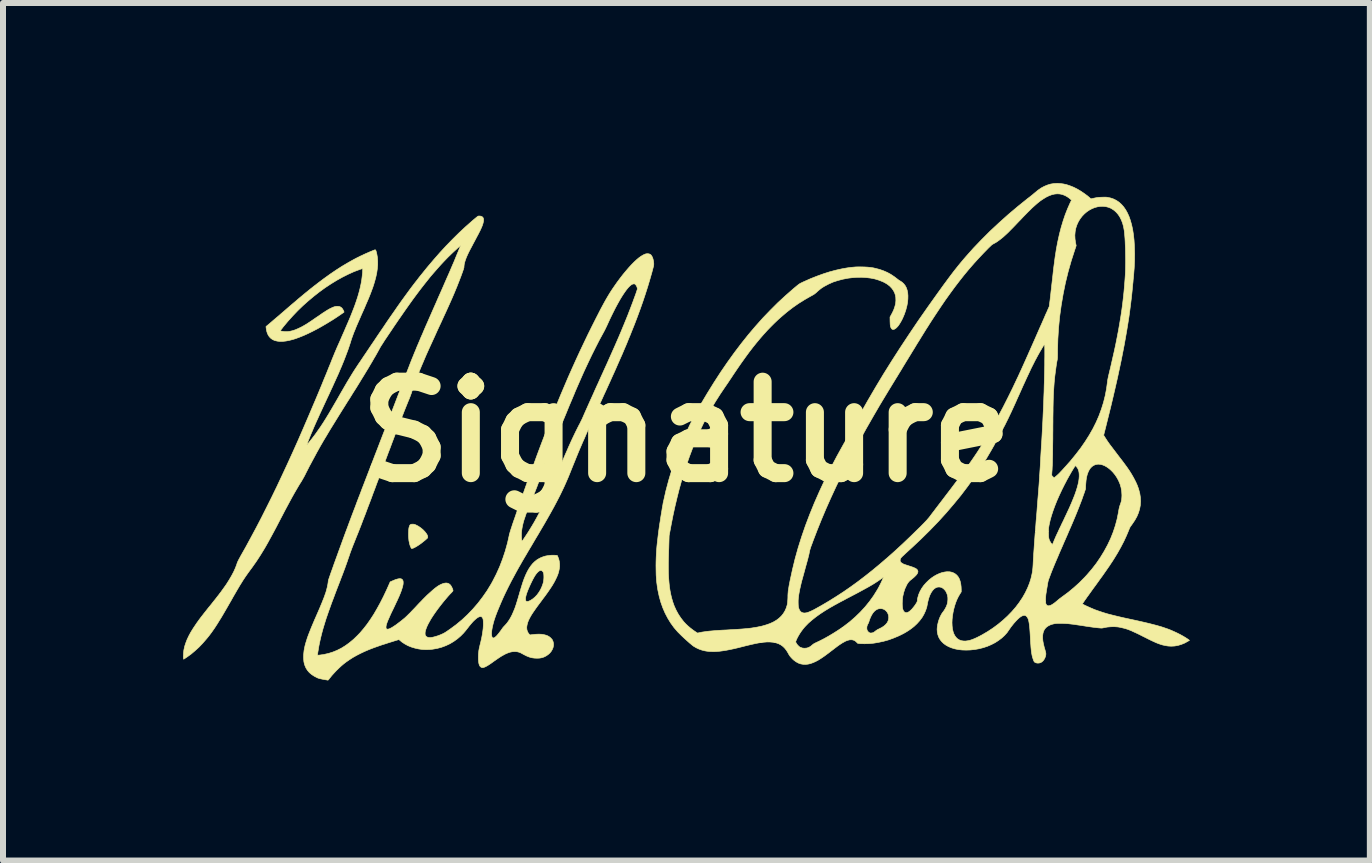
<source format=kicad_pcb>
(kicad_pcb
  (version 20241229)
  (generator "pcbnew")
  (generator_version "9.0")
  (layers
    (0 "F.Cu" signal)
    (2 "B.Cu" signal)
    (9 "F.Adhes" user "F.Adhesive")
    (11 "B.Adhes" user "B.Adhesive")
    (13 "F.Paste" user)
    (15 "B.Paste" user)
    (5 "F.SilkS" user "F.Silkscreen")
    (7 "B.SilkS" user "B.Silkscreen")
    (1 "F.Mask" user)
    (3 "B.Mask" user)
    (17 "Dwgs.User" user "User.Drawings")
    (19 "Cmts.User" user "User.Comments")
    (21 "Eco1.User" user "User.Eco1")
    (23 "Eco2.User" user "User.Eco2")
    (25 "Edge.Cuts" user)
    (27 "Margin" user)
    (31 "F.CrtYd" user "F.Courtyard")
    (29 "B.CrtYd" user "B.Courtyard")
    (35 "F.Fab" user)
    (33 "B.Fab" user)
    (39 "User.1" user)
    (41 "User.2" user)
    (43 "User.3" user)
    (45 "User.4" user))
  (footprint "Signature"
    (layer "F.Cu")
    (at 8.387 4.144)
    (property "Reference" "Signature" (at 0 0 0) (layer "F.SilkS") (effects (font (size 1.524 1.524) (thickness 0.3))))
    (attr exclude_from_pos_files exclude_from_bom)
    (fp_poly (pts (xy -4.548 1.54) (xy -4.535 1.542) (xy -4.522 1.546) (xy -4.506 1.553) (xy -4.467 1.573) (xy -4.429 1.599) (xy -4.392 1.629) (xy -4.359 1.663) (xy -4.351 1.673) (xy -4.331 1.699) (xy -4.318 1.722) (xy -4.311 1.742) (xy -4.31 1.758) (xy -4.315 1.771) (xy -4.315 1.771) (xy -4.321 1.777) (xy -4.332 1.787) (xy -4.346 1.8) (xy -4.363 1.814) (xy -4.382 1.829) (xy -4.402 1.845) (xy -4.421 1.86) (xy -4.428 1.865) (xy -4.464 1.89) (xy -4.497 1.911) (xy -4.526 1.927) (xy -4.551 1.939) (xy -4.57 1.944) (xy -4.577 1.945) (xy -4.581 1.944) (xy -4.585 1.939) (xy -4.59 1.929) (xy -4.591 1.927) (xy -4.603 1.899) (xy -4.613 1.866) (xy -4.621 1.827) (xy -4.623 1.821) (xy -4.625 1.802) (xy -4.627 1.779) (xy -4.629 1.752) (xy -4.63 1.724) (xy -4.63 1.695) (xy -4.629 1.667) (xy -4.628 1.641) (xy -4.626 1.619) (xy -4.624 1.602) (xy -4.623 1.599) (xy -4.617 1.577) (xy -4.611 1.561) (xy -4.603 1.55) (xy -4.592 1.544) (xy -4.579 1.54) (xy -4.563 1.54) (xy -4.548 1.54)) (stroke (width 0.01) (type solid)) (fill yes) (layer "F.SilkS"))
    (fp_poly (pts (xy -3.449 -3.595) (xy -3.448 -3.595) (xy -3.424 -3.592) (xy -3.405 -3.584) (xy -3.391 -3.572) (xy -3.383 -3.556) (xy -3.379 -3.534) (xy -3.381 -3.508) (xy -3.388 -3.476) (xy -3.398 -3.444) (xy -3.403 -3.43) (xy -3.409 -3.416) (xy -3.415 -3.401) (xy -3.423 -3.384) (xy -3.431 -3.366) (xy -3.441 -3.345) (xy -3.453 -3.322) (xy -3.467 -3.294) (xy -3.484 -3.263) (xy -3.503 -3.227) (xy -3.525 -3.185) (xy -3.534 -3.168) (xy -3.552 -3.135) (xy -3.569 -3.102) (xy -3.586 -3.07) (xy -3.602 -3.04) (xy -3.616 -3.013) (xy -3.628 -2.99) (xy -3.637 -2.97) (xy -3.644 -2.956) (xy -3.645 -2.954) (xy -3.666 -2.906) (xy -3.683 -2.861) (xy -3.695 -2.821) (xy -3.703 -2.785) (xy -3.706 -2.754) (xy -3.706 -2.75) (xy -3.706 -2.742) (xy -3.708 -2.733) (xy -3.711 -2.722) (xy -3.715 -2.707) (xy -3.722 -2.688) (xy -3.73 -2.664) (xy -3.741 -2.634) (xy -3.741 -2.634) (xy -3.757 -2.59) (xy -3.774 -2.546) (xy -3.791 -2.502) (xy -3.808 -2.459) (xy -3.825 -2.415) (xy -3.844 -2.37) (xy -3.863 -2.323) (xy -3.884 -2.274) (xy -3.906 -2.223) (xy -3.93 -2.169) (xy -3.956 -2.111) (xy -3.984 -2.049) (xy -4.014 -1.983) (xy -4.047 -1.912) (xy -4.082 -1.835) (xy -4.111 -1.773) (xy -4.155 -1.678) (xy -4.195 -1.589) (xy -4.233 -1.506) (xy -4.269 -1.428) (xy -4.302 -1.355) (xy -4.333 -1.286) (xy -4.361 -1.221) (xy -4.387 -1.159) (xy -4.412 -1.101) (xy -4.435 -1.046) (xy -4.456 -0.994) (xy -4.476 -0.943) (xy -4.495 -0.895) (xy -4.513 -0.847) (xy -4.529 -0.801) (xy -4.545 -0.756) (xy -4.561 -0.711) (xy -4.576 -0.666) (xy -4.579 -0.654) (xy -4.584 -0.64) (xy -4.591 -0.622) (xy -4.599 -0.599) (xy -4.609 -0.574) (xy -4.619 -0.548) (xy -4.629 -0.525) (xy -4.648 -0.478) (xy -4.667 -0.431) (xy -4.686 -0.384) (xy -4.705 -0.336) (xy -4.724 -0.287) (xy -4.744 -0.236) (xy -4.764 -0.184) (xy -4.786 -0.129) (xy -4.808 -0.072) (xy -4.831 -0.012) (xy -4.855 0.051) (xy -4.88 0.118) (xy -4.907 0.189) (xy -4.935 0.265) (xy -4.966 0.345) (xy -4.998 0.431) (xy -5.032 0.522) (xy -5.068 0.619) (xy -5.087 0.671) (xy -5.124 0.77) (xy -5.159 0.862) (xy -5.191 0.949) (xy -5.222 1.03) (xy -5.25 1.107) (xy -5.277 1.178) (xy -5.303 1.245) (xy -5.327 1.309) (xy -5.349 1.369) (xy -5.371 1.425) (xy -5.392 1.479) (xy -5.411 1.53) (xy -5.43 1.579) (xy -5.449 1.627) (xy -5.467 1.673) (xy -5.485 1.718) (xy -5.503 1.762) (xy -5.52 1.806) (xy -5.524 1.814) (xy -5.536 1.846) (xy -5.549 1.877) (xy -5.561 1.908) (xy -5.572 1.936) (xy -5.581 1.961) (xy -5.589 1.982) (xy -5.595 1.998) (xy -5.597 2.003) (xy -5.603 2.02) (xy -5.611 2.043) (xy -5.619 2.068) (xy -5.629 2.095) (xy -5.638 2.122) (xy -5.642 2.133) (xy -5.65 2.159) (xy -5.66 2.185) (xy -5.669 2.212) (xy -5.68 2.241) (xy -5.691 2.273) (xy -5.704 2.307) (xy -5.718 2.345) (xy -5.734 2.387) (xy -5.752 2.433) (xy -5.771 2.484) (xy -5.793 2.541) (xy -5.815 2.597) (xy -5.849 2.686) (xy -5.88 2.77) (xy -5.91 2.848) (xy -5.936 2.921) (xy -5.961 2.99) (xy -5.983 3.054) (xy -6.004 3.115) (xy -6.022 3.173) (xy -6.039 3.229) (xy -6.055 3.282) (xy -6.069 3.333) (xy -6.082 3.383) (xy -6.094 3.432) (xy -6.105 3.481) (xy -6.115 3.527) (xy -6.119 3.548) (xy -6.124 3.572) (xy -6.128 3.597) (xy -6.132 3.622) (xy -6.136 3.646) (xy -6.14 3.668) (xy -6.143 3.688) (xy -6.145 3.704) (xy -6.146 3.715) (xy -6.147 3.721) (xy -6.146 3.722) (xy -6.142 3.722) (xy -6.131 3.722) (xy -6.116 3.721) (xy -6.098 3.719) (xy -6.078 3.716) (xy -6.059 3.714) (xy -6.041 3.711) (xy -6.038 3.71) (xy -5.963 3.693) (xy -5.89 3.67) (xy -5.819 3.641) (xy -5.748 3.605) (xy -5.679 3.562) (xy -5.612 3.513) (xy -5.545 3.457) (xy -5.48 3.394) (xy -5.435 3.347) (xy -5.378 3.28) (xy -5.321 3.207) (xy -5.265 3.127) (xy -5.209 3.041) (xy -5.155 2.948) (xy -5.101 2.85) (xy -5.048 2.746) (xy -4.996 2.636) (xy -4.969 2.576) (xy -4.936 2.501) (xy -4.888 2.48) (xy -4.85 2.464) (xy -4.817 2.454) (xy -4.788 2.448) (xy -4.765 2.448) (xy -4.746 2.453) (xy -4.74 2.457) (xy -4.729 2.469) (xy -4.721 2.486) (xy -4.719 2.509) (xy -4.72 2.538) (xy -4.727 2.572) (xy -4.738 2.611) (xy -4.753 2.656) (xy -4.76 2.674) (xy -4.767 2.692) (xy -4.774 2.709) (xy -4.781 2.727) (xy -4.789 2.745) (xy -4.798 2.765) (xy -4.808 2.787) (xy -4.819 2.812) (xy -4.833 2.84) (xy -4.848 2.873) (xy -4.866 2.911) (xy -4.883 2.947) (xy -4.907 2.996) (xy -4.928 3.04) (xy -4.945 3.079) (xy -4.96 3.113) (xy -4.973 3.142) (xy -4.983 3.167) (xy -4.991 3.189) (xy -4.997 3.207) (xy -5.001 3.223) (xy -5.004 3.237) (xy -5.005 3.249) (xy -5.005 3.25) (xy -5.005 3.266) (xy -5.003 3.277) (xy -4.998 3.284) (xy -4.99 3.288) (xy -4.979 3.289) (xy -4.964 3.287) (xy -4.947 3.282) (xy -4.927 3.272) (xy -4.903 3.259) (xy -4.875 3.241) (xy -4.842 3.219) (xy -4.806 3.192) (xy -4.768 3.163) (xy -4.743 3.144) (xy -4.721 3.125) (xy -4.698 3.107) (xy -4.676 3.087) (xy -4.653 3.065) (xy -4.629 3.041) (xy -4.602 3.015) (xy -4.573 2.984) (xy -4.54 2.95) (xy -4.517 2.926) (xy -4.48 2.886) (xy -4.447 2.851) (xy -4.417 2.821) (xy -4.391 2.793) (xy -4.366 2.768) (xy -4.344 2.746) (xy -4.323 2.725) (xy -4.302 2.706) (xy -4.281 2.687) (xy -4.261 2.669) (xy -4.223 2.635) (xy -4.188 2.606) (xy -4.156 2.582) (xy -4.126 2.562) (xy -4.098 2.547) (xy -4.071 2.535) (xy -4.051 2.528) (xy -4.021 2.521) (xy -3.995 2.52) (xy -3.972 2.525) (xy -3.951 2.536) (xy -3.938 2.547) (xy -3.927 2.559) (xy -3.917 2.575) (xy -3.907 2.594) (xy -3.898 2.613) (xy -3.892 2.631) (xy -3.889 2.645) (xy -3.889 2.648) (xy -3.891 2.653) (xy -3.898 2.661) (xy -3.907 2.672) (xy -3.913 2.679) (xy -3.94 2.706) (xy -3.969 2.738) (xy -4 2.774) (xy -4.033 2.813) (xy -4.067 2.855) (xy -4.1 2.897) (xy -4.133 2.94) (xy -4.164 2.982) (xy -4.193 3.023) (xy -4.219 3.061) (xy -4.223 3.067) (xy -4.256 3.118) (xy -4.283 3.166) (xy -4.307 3.21) (xy -4.326 3.251) (xy -4.34 3.288) (xy -4.35 3.32) (xy -4.354 3.349) (xy -4.354 3.372) (xy -4.352 3.383) (xy -4.343 3.402) (xy -4.33 3.415) (xy -4.311 3.424) (xy -4.288 3.429) (xy -4.259 3.428) (xy -4.225 3.423) (xy -4.186 3.413) (xy -4.141 3.399) (xy -4.109 3.387) (xy -4.085 3.377) (xy -4.063 3.367) (xy -4.042 3.357) (xy -4.02 3.344) (xy -3.996 3.329) (xy -3.969 3.31) (xy -3.941 3.291) (xy -3.838 3.215) (xy -3.739 3.133) (xy -3.646 3.046) (xy -3.558 2.954) (xy -3.474 2.857) (xy -3.396 2.755) (xy -3.322 2.649) (xy -3.254 2.537) (xy -3.23 2.494) (xy -3.168 2.373) (xy -3.112 2.249) (xy -3.063 2.121) (xy -3.019 1.989) (xy -2.981 1.853) (xy -2.958 1.75) (xy -2.955 1.736) (xy -2.952 1.723) (xy -2.95 1.717) (xy -2.75 1.717) (xy -2.749 1.739) (xy -2.748 1.761) (xy -2.747 1.781) (xy -2.745 1.799) (xy -2.742 1.813) (xy -2.74 1.818) (xy -2.739 1.82) (xy -2.738 1.821) (xy -2.736 1.82) (xy -2.734 1.817) (xy -2.729 1.812) (xy -2.723 1.803) (xy -2.714 1.789) (xy -2.702 1.772) (xy -2.687 1.749) (xy -2.682 1.742) (xy -2.632 1.666) (xy -2.585 1.589) (xy -2.539 1.512) (xy -2.495 1.433) (xy -2.451 1.35) (xy -2.407 1.263) (xy -2.379 1.207) (xy -2.364 1.175) (xy -2.349 1.142) (xy -2.333 1.11) (xy -2.318 1.075) (xy -2.301 1.04) (xy -2.284 1.002) (xy -2.266 0.961) (xy -2.247 0.917) (xy -2.227 0.87) (xy -2.205 0.818) (xy -2.181 0.762) (xy -2.155 0.7) (xy -2.126 0.633) (xy -2.11 0.596) (xy -2.077 0.516) (xy -2.046 0.443) (xy -2.017 0.375) (xy -1.989 0.313) (xy -1.964 0.254) (xy -1.939 0.199) (xy -1.916 0.148) (xy -1.893 0.099) (xy -1.871 0.053) (xy -1.85 0.009) (xy -1.828 -0.035) (xy -1.807 -0.077) (xy -1.785 -0.12) (xy -1.778 -0.132) (xy -1.766 -0.157) (xy -1.752 -0.185) (xy -1.738 -0.213) (xy -1.726 -0.24) (xy -1.72 -0.254) (xy -1.7 -0.3) (xy -1.677 -0.352) (xy -1.651 -0.41) (xy -1.623 -0.473) (xy -1.592 -0.542) (xy -1.558 -0.617) (xy -1.523 -0.696) (xy -1.485 -0.78) (xy -1.474 -0.803) (xy -1.433 -0.895) (xy -1.394 -0.98) (xy -1.358 -1.06) (xy -1.324 -1.134) (xy -1.293 -1.204) (xy -1.264 -1.269) (xy -1.237 -1.33) (xy -1.211 -1.388) (xy -1.187 -1.442) (xy -1.165 -1.493) (xy -1.144 -1.541) (xy -1.124 -1.587) (xy -1.105 -1.632) (xy -1.087 -1.674) (xy -1.07 -1.716) (xy -1.053 -1.757) (xy -1.036 -1.797) (xy -1.02 -1.837) (xy -1.003 -1.878) (xy -0.987 -1.918) (xy -0.97 -1.96) (xy -0.954 -2.003) (xy -0.937 -2.046) (xy -0.921 -2.088) (xy -0.905 -2.13) (xy -0.89 -2.17) (xy -0.876 -2.209) (xy -0.863 -2.244) (xy -0.851 -2.277) (xy -0.84 -2.307) (xy -0.832 -2.332) (xy -0.825 -2.353) (xy -0.82 -2.368) (xy -0.818 -2.378) (xy -0.817 -2.381) (xy -0.82 -2.397) (xy -0.825 -2.415) (xy -0.834 -2.433) (xy -0.844 -2.447) (xy -0.847 -2.451) (xy -0.857 -2.46) (xy -0.866 -2.464) (xy -0.875 -2.464) (xy -0.892 -2.462) (xy -0.91 -2.454) (xy -0.929 -2.441) (xy -0.95 -2.422) (xy -0.97 -2.401) (xy -0.985 -2.383) (xy -1.003 -2.36) (xy -1.022 -2.334) (xy -1.042 -2.305) (xy -1.062 -2.275) (xy -1.08 -2.246) (xy -1.082 -2.243) (xy -1.104 -2.207) (xy -1.127 -2.166) (xy -1.152 -2.121) (xy -1.178 -2.073) (xy -1.204 -2.022) (xy -1.23 -1.97) (xy -1.255 -1.919) (xy -1.279 -1.869) (xy -1.301 -1.821) (xy -1.316 -1.788) (xy -1.327 -1.764) (xy -1.341 -1.735) (xy -1.355 -1.706) (xy -1.37 -1.677) (xy -1.384 -1.651) (xy -1.385 -1.649) (xy -1.448 -1.534) (xy -1.511 -1.411) (xy -1.575 -1.283) (xy -1.639 -1.149) (xy -1.704 -1.01) (xy -1.738 -0.934) (xy -1.753 -0.9) (xy -1.767 -0.868) (xy -1.781 -0.836) (xy -1.795 -0.804) (xy -1.809 -0.772) (xy -1.824 -0.738) (xy -1.839 -0.703) (xy -1.855 -0.666) (xy -1.871 -0.626) (xy -1.889 -0.584) (xy -1.908 -0.538) (xy -1.929 -0.489) (xy -1.952 -0.435) (xy -1.976 -0.376) (xy -2.002 -0.312) (xy -2.031 -0.242) (xy -2.047 -0.204) (xy -2.078 -0.13) (xy -2.106 -0.062) (xy -2.132 0.001) (xy -2.156 0.059) (xy -2.178 0.112) (xy -2.199 0.162) (xy -2.218 0.208) (xy -2.237 0.251) (xy -2.254 0.292) (xy -2.271 0.331) (xy -2.287 0.368) (xy -2.303 0.404) (xy -2.318 0.44) (xy -2.334 0.476) (xy -2.35 0.513) (xy -2.367 0.55) (xy -2.37 0.556) (xy -2.383 0.586) (xy -2.393 0.611) (xy -2.401 0.632) (xy -2.407 0.651) (xy -2.411 0.666) (xy -2.417 0.693) (xy -2.424 0.72) (xy -2.432 0.748) (xy -2.441 0.778) (xy -2.451 0.809) (xy -2.463 0.843) (xy -2.477 0.88) (xy -2.492 0.921) (xy -2.51 0.966) (xy -2.529 1.015) (xy -2.552 1.07) (xy -2.577 1.13) (xy -2.581 1.14) (xy -2.608 1.207) (xy -2.633 1.268) (xy -2.655 1.324) (xy -2.674 1.375) (xy -2.69 1.423) (xy -2.705 1.466) (xy -2.717 1.507) (xy -2.726 1.544) (xy -2.734 1.58) (xy -2.74 1.614) (xy -2.745 1.647) (xy -2.748 1.68) (xy -2.749 1.697) (xy -2.75 1.717) (xy -2.95 1.717) (xy -2.949 1.711) (xy -2.946 1.698) (xy -2.943 1.686) (xy -2.939 1.673) (xy -2.935 1.659) (xy -2.93 1.643) (xy -2.924 1.624) (xy -2.917 1.603) (xy -2.909 1.579) (xy -2.9 1.55) (xy -2.889 1.518) (xy -2.876 1.48) (xy -2.861 1.438) (xy -2.844 1.389) (xy -2.838 1.37) (xy -2.765 1.161) (xy -2.695 0.96) (xy -2.625 0.764) (xy -2.556 0.575) (xy -2.489 0.391) (xy -2.422 0.212) (xy -2.356 0.038) (xy -2.29 -0.131) (xy -2.225 -0.295) (xy -2.16 -0.456) (xy -2.096 -0.612) (xy -2.031 -0.765) (xy -1.967 -0.915) (xy -1.902 -1.061) (xy -1.837 -1.205) (xy -1.772 -1.346) (xy -1.706 -1.485) (xy -1.64 -1.623) (xy -1.573 -1.758) (xy -1.505 -1.893) (xy -1.468 -1.965) (xy -1.436 -2.028) (xy -1.405 -2.086) (xy -1.377 -2.138) (xy -1.35 -2.187) (xy -1.324 -2.232) (xy -1.299 -2.274) (xy -1.274 -2.315) (xy -1.249 -2.354) (xy -1.223 -2.393) (xy -1.196 -2.432) (xy -1.168 -2.472) (xy -1.159 -2.485) (xy -1.107 -2.555) (xy -1.057 -2.62) (xy -1.008 -2.679) (xy -0.961 -2.734) (xy -0.916 -2.783) (xy -0.873 -2.827) (xy -0.832 -2.865) (xy -0.793 -2.898) (xy -0.757 -2.924) (xy -0.723 -2.944) (xy -0.706 -2.953) (xy -0.689 -2.96) (xy -0.676 -2.964) (xy -0.664 -2.966) (xy -0.651 -2.967) (xy -0.65 -2.967) (xy -0.627 -2.965) (xy -0.608 -2.959) (xy -0.592 -2.948) (xy -0.584 -2.938) (xy -0.572 -2.919) (xy -0.561 -2.894) (xy -0.553 -2.865) (xy -0.547 -2.834) (xy -0.544 -2.801) (xy -0.544 -2.798) (xy -0.544 -2.79) (xy -0.545 -2.781) (xy -0.546 -2.771) (xy -0.548 -2.759) (xy -0.552 -2.744) (xy -0.557 -2.725) (xy -0.563 -2.701) (xy -0.571 -2.672) (xy -0.574 -2.66) (xy -0.609 -2.538) (xy -0.645 -2.417) (xy -0.684 -2.295) (xy -0.725 -2.172) (xy -0.769 -2.047) (xy -0.816 -1.919) (xy -0.866 -1.788) (xy -0.921 -1.651) (xy -0.931 -1.625) (xy -0.951 -1.577) (xy -0.971 -1.529) (xy -0.99 -1.481) (xy -1.01 -1.433) (xy -1.031 -1.385) (xy -1.052 -1.335) (xy -1.074 -1.283) (xy -1.098 -1.23) (xy -1.122 -1.175) (xy -1.148 -1.116) (xy -1.175 -1.054) (xy -1.204 -0.989) (xy -1.236 -0.919) (xy -1.269 -0.845) (xy -1.305 -0.766) (xy -1.343 -0.682) (xy -1.385 -0.592) (xy -1.388 -0.584) (xy -1.433 -0.486) (xy -1.474 -0.395) (xy -1.513 -0.309) (xy -1.549 -0.229) (xy -1.583 -0.153) (xy -1.615 -0.082) (xy -1.646 -0.014) (xy -1.674 0.05) (xy -1.7 0.111) (xy -1.726 0.168) (xy -1.75 0.224) (xy -1.773 0.277) (xy -1.795 0.329) (xy -1.816 0.38) (xy -1.836 0.429) (xy -1.856 0.479) (xy -1.876 0.528) (xy -1.896 0.577) (xy -1.916 0.627) (xy -1.924 0.647) (xy -1.946 0.702) (xy -1.968 0.756) (xy -1.991 0.809) (xy -2.014 0.862) (xy -2.038 0.915) (xy -2.063 0.968) (xy -2.089 1.022) (xy -2.116 1.077) (xy -2.146 1.135) (xy -2.177 1.194) (xy -2.21 1.256) (xy -2.246 1.321) (xy -2.284 1.389) (xy -2.325 1.461) (xy -2.369 1.538) (xy -2.417 1.619) (xy -2.467 1.705) (xy -2.513 1.781) (xy -2.551 1.846) (xy -2.585 1.904) (xy -2.617 1.957) (xy -2.646 2.006) (xy -2.672 2.051) (xy -2.696 2.091) (xy -2.718 2.129) (xy -2.738 2.163) (xy -2.756 2.195) (xy -2.773 2.225) (xy -2.79 2.254) (xy -2.805 2.281) (xy -2.82 2.308) (xy -2.835 2.335) (xy -2.849 2.361) (xy -2.863 2.387) (xy -2.916 2.485) (xy -2.964 2.579) (xy -3.009 2.67) (xy -3.051 2.759) (xy -3.09 2.848) (xy -3.128 2.938) (xy -3.155 3.004) (xy -3.182 3.075) (xy -3.204 3.141) (xy -3.221 3.202) (xy -3.234 3.258) (xy -3.243 3.309) (xy -3.247 3.354) (xy -3.247 3.366) (xy -3.245 3.393) (xy -3.241 3.413) (xy -3.235 3.427) (xy -3.226 3.434) (xy -3.214 3.436) (xy -3.199 3.431) (xy -3.183 3.419) (xy -3.163 3.401) (xy -3.142 3.377) (xy -3.118 3.347) (xy -3.104 3.328) (xy -3.091 3.311) (xy -3.08 3.295) (xy -3.07 3.281) (xy -3.063 3.271) (xy -3.06 3.267) (xy -3.054 3.259) (xy -3.044 3.248) (xy -3.032 3.235) (xy -3.022 3.225) (xy -2.991 3.19) (xy -2.962 3.15) (xy -2.934 3.105) (xy -2.908 3.056) (xy -2.883 3) (xy -2.858 2.939) (xy -2.842 2.892) (xy -2.837 2.878) (xy -2.831 2.857) (xy -2.823 2.833) (xy -2.815 2.804) (xy -2.81 2.789) (xy -2.682 2.789) (xy -2.68 2.807) (xy -2.673 2.82) (xy -2.662 2.827) (xy -2.647 2.828) (xy -2.628 2.823) (xy -2.605 2.813) (xy -2.597 2.809) (xy -2.559 2.784) (xy -2.523 2.754) (xy -2.489 2.718) (xy -2.459 2.677) (xy -2.432 2.633) (xy -2.41 2.586) (xy -2.392 2.537) (xy -2.384 2.509) (xy -2.38 2.487) (xy -2.377 2.462) (xy -2.375 2.436) (xy -2.375 2.41) (xy -2.376 2.386) (xy -2.378 2.365) (xy -2.382 2.35) (xy -2.382 2.349) (xy -2.39 2.334) (xy -2.4 2.322) (xy -2.412 2.314) (xy -2.423 2.31) (xy -2.424 2.31) (xy -2.44 2.313) (xy -2.457 2.322) (xy -2.475 2.337) (xy -2.494 2.357) (xy -2.51 2.378) (xy -2.523 2.397) (xy -2.538 2.422) (xy -2.554 2.451) (xy -2.571 2.484) (xy -2.588 2.519) (xy -2.605 2.555) (xy -2.621 2.591) (xy -2.636 2.626) (xy -2.649 2.659) (xy -2.66 2.689) (xy -2.664 2.7) (xy -2.674 2.736) (xy -2.68 2.765) (xy -2.682 2.789) (xy -2.81 2.789) (xy -2.805 2.774) (xy -2.796 2.741) (xy -2.786 2.709) (xy -2.784 2.701) (xy -2.775 2.669) (xy -2.765 2.637) (xy -2.756 2.606) (xy -2.747 2.577) (xy -2.739 2.551) (xy -2.732 2.529) (xy -2.727 2.513) (xy -2.726 2.51) (xy -2.702 2.443) (xy -2.676 2.381) (xy -2.65 2.327) (xy -2.622 2.278) (xy -2.592 2.234) (xy -2.561 2.196) (xy -2.528 2.164) (xy -2.492 2.135) (xy -2.454 2.112) (xy -2.428 2.099) (xy -2.399 2.087) (xy -2.37 2.077) (xy -2.349 2.071) (xy -2.317 2.065) (xy -2.281 2.06) (xy -2.245 2.057) (xy -2.212 2.057) (xy -2.185 2.058) (xy -2.152 2.061) (xy -2.141 2.085) (xy -2.128 2.12) (xy -2.119 2.155) (xy -2.114 2.194) (xy -2.113 2.202) (xy -2.113 2.243) (xy -2.118 2.284) (xy -2.127 2.327) (xy -2.14 2.371) (xy -2.159 2.418) (xy -2.183 2.468) (xy -2.193 2.487) (xy -2.205 2.51) (xy -2.218 2.532) (xy -2.232 2.556) (xy -2.248 2.581) (xy -2.265 2.607) (xy -2.285 2.636) (xy -2.306 2.667) (xy -2.331 2.702) (xy -2.359 2.741) (xy -2.391 2.783) (xy -2.426 2.831) (xy -2.445 2.856) (xy -2.48 2.903) (xy -2.511 2.946) (xy -2.538 2.985) (xy -2.562 3.02) (xy -2.582 3.051) (xy -2.599 3.08) (xy -2.613 3.106) (xy -2.625 3.13) (xy -2.626 3.131) (xy -2.644 3.176) (xy -2.655 3.218) (xy -2.661 3.256) (xy -2.659 3.291) (xy -2.651 3.322) (xy -2.637 3.35) (xy -2.621 3.371) (xy -2.606 3.385) (xy -2.566 3.38) (xy -2.51 3.374) (xy -2.459 3.372) (xy -2.414 3.374) (xy -2.372 3.381) (xy -2.334 3.391) (xy -2.312 3.4) (xy -2.29 3.412) (xy -2.269 3.428) (xy -2.25 3.447) (xy -2.235 3.465) (xy -2.232 3.471) (xy -2.22 3.501) (xy -2.214 3.532) (xy -2.215 3.564) (xy -2.222 3.597) (xy -2.235 3.628) (xy -2.253 3.659) (xy -2.276 3.687) (xy -2.304 3.712) (xy -2.336 3.734) (xy -2.371 3.752) (xy -2.399 3.762) (xy -2.425 3.768) (xy -2.454 3.772) (xy -2.487 3.773) (xy -2.493 3.773) (xy -2.536 3.771) (xy -2.578 3.765) (xy -2.62 3.753) (xy -2.662 3.736) (xy -2.706 3.714) (xy -2.73 3.701) (xy -2.759 3.685) (xy -2.786 3.674) (xy -2.811 3.667) (xy -2.838 3.663) (xy -2.869 3.663) (xy -2.874 3.663) (xy -2.901 3.665) (xy -2.928 3.67) (xy -2.956 3.678) (xy -2.985 3.689) (xy -3.017 3.703) (xy -3.05 3.721) (xy -3.087 3.742) (xy -3.127 3.768) (xy -3.172 3.799) (xy -3.208 3.824) (xy -3.245 3.851) (xy -3.277 3.873) (xy -3.305 3.891) (xy -3.329 3.905) (xy -3.35 3.916) (xy -3.367 3.923) (xy -3.382 3.928) (xy -3.395 3.93) (xy -3.399 3.93) (xy -3.413 3.927) (xy -3.427 3.919) (xy -3.439 3.907) (xy -3.444 3.9) (xy -3.452 3.882) (xy -3.459 3.857) (xy -3.463 3.827) (xy -3.466 3.792) (xy -3.466 3.752) (xy -3.465 3.709) (xy -3.464 3.694) (xy -3.461 3.668) (xy -3.459 3.646) (xy -3.455 3.625) (xy -3.451 3.602) (xy -3.444 3.575) (xy -3.443 3.568) (xy -3.426 3.5) (xy -3.412 3.437) (xy -3.401 3.379) (xy -3.393 3.326) (xy -3.387 3.278) (xy -3.384 3.233) (xy -3.383 3.202) (xy -3.384 3.173) (xy -3.385 3.148) (xy -3.387 3.129) (xy -3.391 3.114) (xy -3.396 3.103) (xy -3.403 3.093) (xy -3.408 3.088) (xy -3.415 3.082) (xy -3.422 3.079) (xy -3.432 3.079) (xy -3.437 3.08) (xy -3.456 3.084) (xy -3.477 3.095) (xy -3.501 3.112) (xy -3.527 3.135) (xy -3.556 3.163) (xy -3.586 3.197) (xy -3.619 3.237) (xy -3.635 3.258) (xy -3.659 3.288) (xy -3.679 3.314) (xy -3.698 3.336) (xy -3.715 3.356) (xy -3.733 3.374) (xy -3.751 3.392) (xy -3.756 3.398) (xy -3.815 3.449) (xy -3.876 3.493) (xy -3.941 3.532) (xy -4.009 3.564) (xy -4.079 3.59) (xy -4.153 3.61) (xy -4.229 3.623) (xy -4.277 3.628) (xy -4.34 3.63) (xy -4.403 3.627) (xy -4.466 3.618) (xy -4.527 3.604) (xy -4.586 3.586) (xy -4.642 3.563) (xy -4.693 3.535) (xy -4.74 3.504) (xy -4.765 3.483) (xy -4.776 3.474) (xy -4.785 3.467) (xy -4.792 3.464) (xy -4.793 3.463) (xy -4.797 3.464) (xy -4.808 3.468) (xy -4.824 3.472) (xy -4.845 3.479) (xy -4.869 3.486) (xy -4.897 3.495) (xy -4.926 3.504) (xy -4.956 3.513) (xy -4.986 3.523) (xy -5.016 3.533) (xy -5.045 3.542) (xy -5.071 3.55) (xy -5.094 3.558) (xy -5.113 3.564) (xy -5.117 3.566) (xy -5.205 3.597) (xy -5.286 3.628) (xy -5.361 3.66) (xy -5.431 3.693) (xy -5.497 3.727) (xy -5.559 3.762) (xy -5.618 3.8) (xy -5.671 3.837) (xy -5.71 3.867) (xy -5.751 3.902) (xy -5.792 3.94) (xy -5.834 3.981) (xy -5.873 4.023) (xy -5.91 4.064) (xy -5.942 4.104) (xy -5.946 4.108) (xy -5.955 4.121) (xy -5.964 4.131) (xy -5.97 4.137) (xy -5.973 4.139) (xy -5.978 4.138) (xy -5.989 4.136) (xy -6.001 4.134) (xy -6.014 4.132) (xy -6.033 4.128) (xy -6.053 4.125) (xy -6.073 4.121) (xy -6.101 4.115) (xy -6.124 4.109) (xy -6.144 4.102) (xy -6.151 4.099) (xy -6.201 4.073) (xy -6.245 4.044) (xy -6.283 4.012) (xy -6.314 3.976) (xy -6.339 3.936) (xy -6.357 3.895) (xy -6.367 3.863) (xy -6.374 3.83) (xy -6.377 3.794) (xy -6.379 3.754) (xy -6.379 3.752) (xy -6.378 3.717) (xy -6.375 3.682) (xy -6.371 3.646) (xy -6.364 3.608) (xy -6.356 3.569) (xy -6.345 3.527) (xy -6.331 3.482) (xy -6.316 3.434) (xy -6.297 3.382) (xy -6.275 3.326) (xy -6.251 3.265) (xy -6.223 3.199) (xy -6.193 3.128) (xy -6.183 3.106) (xy -6.156 3.044) (xy -6.131 2.987) (xy -6.109 2.936) (xy -6.09 2.89) (xy -6.072 2.847) (xy -6.057 2.809) (xy -6.043 2.774) (xy -6.031 2.743) (xy -6.021 2.713) (xy -6.011 2.686) (xy -6.003 2.66) (xy -5.996 2.635) (xy -5.99 2.611) (xy -5.989 2.607) (xy -5.984 2.588) (xy -5.98 2.566) (xy -5.975 2.544) (xy -5.972 2.523) (xy -5.969 2.505) (xy -5.968 2.491) (xy -5.967 2.487) (xy -5.966 2.48) (xy -5.963 2.468) (xy -5.957 2.449) (xy -5.948 2.423) (xy -5.937 2.391) (xy -5.924 2.353) (xy -5.908 2.309) (xy -5.89 2.258) (xy -5.87 2.201) (xy -5.847 2.138) (xy -5.822 2.069) (xy -5.795 1.994) (xy -5.781 1.956) (xy -5.759 1.896) (xy -5.738 1.838) (xy -5.717 1.78) (xy -5.696 1.723) (xy -5.675 1.666) (xy -5.653 1.608) (xy -5.632 1.551) (xy -5.61 1.492) (xy -5.588 1.433) (xy -5.565 1.372) (xy -5.541 1.309) (xy -5.516 1.244) (xy -5.491 1.176) (xy -5.464 1.105) (xy -5.435 1.031) (xy -5.406 0.953) (xy -5.374 0.871) (xy -5.341 0.785) (xy -5.306 0.694) (xy -5.269 0.598) (xy -5.23 0.497) (xy -5.189 0.39) (xy -5.15 0.29) (xy -5.105 0.172) (xy -5.061 0.058) (xy -5.019 -0.05) (xy -4.979 -0.153) (xy -4.941 -0.252) (xy -4.906 -0.344) (xy -4.872 -0.432) (xy -4.841 -0.513) (xy -4.812 -0.589) (xy -4.785 -0.659) (xy -4.761 -0.722) (xy -4.739 -0.78) (xy -4.735 -0.791) (xy -4.712 -0.852) (xy -4.691 -0.909) (xy -4.67 -0.964) (xy -4.649 -1.017) (xy -4.629 -1.068) (xy -4.61 -1.118) (xy -4.591 -1.167) (xy -4.572 -1.215) (xy -4.552 -1.263) (xy -4.533 -1.311) (xy -4.512 -1.36) (xy -4.492 -1.411) (xy -4.47 -1.462) (xy -4.447 -1.516) (xy -4.424 -1.572) (xy -4.398 -1.63) (xy -4.372 -1.692) (xy -4.344 -1.757) (xy -4.313 -1.827) (xy -4.281 -1.9) (xy -4.247 -1.978) (xy -4.21 -2.062) (xy -4.171 -2.15) (xy -4.13 -2.245) (xy -4.091 -2.332) (xy -4.055 -2.414) (xy -4.022 -2.49) (xy -3.991 -2.561) (xy -3.962 -2.626) (xy -3.936 -2.686) (xy -3.913 -2.74) (xy -3.893 -2.787) (xy -3.88 -2.816) (xy -3.864 -2.854) (xy -3.849 -2.892) (xy -3.834 -2.928) (xy -3.82 -2.962) (xy -3.807 -2.993) (xy -3.795 -3.022) (xy -3.785 -3.047) (xy -3.776 -3.068) (xy -3.77 -3.085) (xy -3.766 -3.096) (xy -3.764 -3.102) (xy -3.764 -3.102) (xy -3.767 -3.101) (xy -3.774 -3.094) (xy -3.786 -3.084) (xy -3.801 -3.071) (xy -3.818 -3.055) (xy -3.837 -3.037) (xy -3.858 -3.018) (xy -3.88 -2.998) (xy -3.901 -2.978) (xy -3.922 -2.958) (xy -3.942 -2.938) (xy -3.96 -2.921) (xy -3.976 -2.905) (xy -3.982 -2.899) (xy -4.039 -2.84) (xy -4.096 -2.779) (xy -4.151 -2.717) (xy -4.207 -2.653) (xy -4.264 -2.587) (xy -4.32 -2.517) (xy -4.378 -2.444) (xy -4.437 -2.368) (xy -4.497 -2.288) (xy -4.56 -2.203) (xy -4.625 -2.112) (xy -4.692 -2.017) (xy -4.759 -1.92) (xy -4.799 -1.863) (xy -4.837 -1.807) (xy -4.874 -1.753) (xy -4.908 -1.702) (xy -4.941 -1.653) (xy -4.972 -1.607) (xy -5 -1.565) (xy -5.026 -1.527) (xy -5.048 -1.492) (xy -5.067 -1.462) (xy -5.084 -1.437) (xy -5.096 -1.416) (xy -5.105 -1.402) (xy -5.106 -1.4) (xy -5.129 -1.357) (xy -5.154 -1.312) (xy -5.18 -1.266) (xy -5.208 -1.219) (xy -5.237 -1.168) (xy -5.268 -1.116) (xy -5.301 -1.06) (xy -5.337 -1.001) (xy -5.375 -0.938) (xy -5.416 -0.872) (xy -5.459 -0.801) (xy -5.506 -0.725) (xy -5.557 -0.645) (xy -5.61 -0.559) (xy -5.645 -0.505) (xy -5.696 -0.423) (xy -5.744 -0.347) (xy -5.788 -0.276) (xy -5.829 -0.21) (xy -5.867 -0.148) (xy -5.903 -0.09) (xy -5.937 -0.035) (xy -5.968 0.017) (xy -5.997 0.066) (xy -6.025 0.112) (xy -6.052 0.157) (xy -6.077 0.201) (xy -6.089 0.221) (xy -6.11 0.258) (xy -6.133 0.3) (xy -6.158 0.344) (xy -6.183 0.391) (xy -6.209 0.439) (xy -6.235 0.487) (xy -6.26 0.534) (xy -6.284 0.578) (xy -6.305 0.62) (xy -6.324 0.657) (xy -6.336 0.68) (xy -6.35 0.709) (xy -6.365 0.738) (xy -6.381 0.767) (xy -6.396 0.793) (xy -6.409 0.816) (xy -6.416 0.828) (xy -6.445 0.873) (xy -6.474 0.922) (xy -6.505 0.975) (xy -6.538 1.032) (xy -6.572 1.093) (xy -6.608 1.159) (xy -6.646 1.23) (xy -6.687 1.306) (xy -6.73 1.389) (xy -6.757 1.44) (xy -6.799 1.521) (xy -6.838 1.596) (xy -6.875 1.665) (xy -6.91 1.73) (xy -6.943 1.79) (xy -6.974 1.847) (xy -7.004 1.9) (xy -7.033 1.95) (xy -7.062 1.997) (xy -7.09 2.043) (xy -7.118 2.087) (xy -7.146 2.13) (xy -7.174 2.172) (xy -7.204 2.214) (xy -7.234 2.257) (xy -7.266 2.3) (xy -7.282 2.322) (xy -7.304 2.352) (xy -7.325 2.382) (xy -7.347 2.413) (xy -7.368 2.445) (xy -7.39 2.478) (xy -7.412 2.514) (xy -7.436 2.552) (xy -7.461 2.594) (xy -7.488 2.64) (xy -7.517 2.69) (xy -7.549 2.745) (xy -7.583 2.806) (xy -7.624 2.877) (xy -7.661 2.942) (xy -7.696 3.002) (xy -7.728 3.057) (xy -7.758 3.107) (xy -7.787 3.153) (xy -7.813 3.196) (xy -7.839 3.236) (xy -7.863 3.273) (xy -7.887 3.307) (xy -7.91 3.34) (xy -7.933 3.371) (xy -7.956 3.401) (xy -7.979 3.43) (xy -8.001 3.456) (xy -8.061 3.525) (xy -8.123 3.59) (xy -8.188 3.649) (xy -8.253 3.704) (xy -8.319 3.752) (xy -8.339 3.765) (xy -8.376 3.79) (xy -8.38 3.777) (xy -8.381 3.766) (xy -8.382 3.749) (xy -8.381 3.729) (xy -8.38 3.707) (xy -8.379 3.683) (xy -8.376 3.66) (xy -8.374 3.638) (xy -8.371 3.625) (xy -8.359 3.571) (xy -8.341 3.517) (xy -8.319 3.46) (xy -8.291 3.401) (xy -8.258 3.34) (xy -8.218 3.275) (xy -8.173 3.208) (xy -8.152 3.177) (xy -8.137 3.157) (xy -8.123 3.137) (xy -8.109 3.118) (xy -8.094 3.098) (xy -8.077 3.076) (xy -8.059 3.053) (xy -8.039 3.027) (xy -8.015 2.997) (xy -7.989 2.964) (xy -7.959 2.926) (xy -7.942 2.906) (xy -7.909 2.865) (xy -7.881 2.829) (xy -7.855 2.797) (xy -7.833 2.769) (xy -7.814 2.744) (xy -7.796 2.722) (xy -7.781 2.701) (xy -7.766 2.682) (xy -7.752 2.664) (xy -7.739 2.645) (xy -7.725 2.626) (xy -7.72 2.619) (xy -7.666 2.543) (xy -7.62 2.47) (xy -7.579 2.4) (xy -7.544 2.334) (xy -7.515 2.27) (xy -7.492 2.209) (xy -7.489 2.198) (xy -7.484 2.184) (xy -7.478 2.169) (xy -7.471 2.154) (xy -7.462 2.136) (xy -7.451 2.115) (xy -7.437 2.09) (xy -7.427 2.071) (xy -7.341 1.919) (xy -7.256 1.762) (xy -7.17 1.602) (xy -7.084 1.437) (xy -6.999 1.268) (xy -6.912 1.094) (xy -6.825 0.915) (xy -6.738 0.73) (xy -6.65 0.541) (xy -6.561 0.346) (xy -6.471 0.145) (xy -6.381 -0.062) (xy -6.289 -0.276) (xy -6.196 -0.495) (xy -6.183 -0.525) (xy -6.157 -0.587) (xy -6.131 -0.649) (xy -6.105 -0.712) (xy -6.079 -0.774) (xy -6.054 -0.836) (xy -6.03 -0.895) (xy -6.006 -0.952) (xy -5.984 -1.006) (xy -5.964 -1.057) (xy -5.945 -1.103) (xy -5.928 -1.144) (xy -5.914 -1.18) (xy -5.91 -1.19) (xy -5.901 -1.214) (xy -5.891 -1.237) (xy -5.882 -1.26) (xy -5.872 -1.283) (xy -5.862 -1.309) (xy -5.85 -1.336) (xy -5.838 -1.365) (xy -5.824 -1.398) (xy -5.808 -1.434) (xy -5.79 -1.474) (xy -5.77 -1.519) (xy -5.748 -1.57) (xy -5.735 -1.6) (xy -5.717 -1.641) (xy -5.699 -1.681) (xy -5.682 -1.722) (xy -5.665 -1.761) (xy -5.649 -1.798) (xy -5.634 -1.832) (xy -5.621 -1.863) (xy -5.61 -1.889) (xy -5.601 -1.91) (xy -5.599 -1.915) (xy -5.563 -2.006) (xy -5.53 -2.091) (xy -5.502 -2.171) (xy -5.477 -2.247) (xy -5.456 -2.32) (xy -5.438 -2.39) (xy -5.423 -2.458) (xy -5.411 -2.523) (xy -5.403 -2.587) (xy -5.396 -2.651) (xy -5.395 -2.678) (xy -5.394 -2.696) (xy -5.394 -2.708) (xy -5.394 -2.715) (xy -5.396 -2.718) (xy -5.397 -2.718) (xy -5.403 -2.717) (xy -5.413 -2.714) (xy -5.428 -2.709) (xy -5.445 -2.704) (xy -5.445 -2.703) (xy -5.539 -2.668) (xy -5.634 -2.625) (xy -5.73 -2.577) (xy -5.827 -2.523) (xy -5.923 -2.464) (xy -6.02 -2.4) (xy -6.115 -2.331) (xy -6.208 -2.258) (xy -6.3 -2.181) (xy -6.39 -2.101) (xy -6.477 -2.017) (xy -6.56 -1.93) (xy -6.64 -1.841) (xy -6.716 -1.75) (xy -6.737 -1.722) (xy -6.748 -1.709) (xy -6.757 -1.697) (xy -6.763 -1.688) (xy -6.766 -1.684) (xy -6.766 -1.684) (xy -6.763 -1.681) (xy -6.753 -1.678) (xy -6.74 -1.675) (xy -6.723 -1.673) (xy -6.705 -1.67) (xy -6.689 -1.669) (xy -6.648 -1.669) (xy -6.606 -1.674) (xy -6.563 -1.684) (xy -6.517 -1.699) (xy -6.468 -1.72) (xy -6.466 -1.721) (xy -6.443 -1.732) (xy -6.42 -1.743) (xy -6.397 -1.755) (xy -6.373 -1.769) (xy -6.347 -1.784) (xy -6.319 -1.801) (xy -6.289 -1.821) (xy -6.254 -1.844) (xy -6.216 -1.87) (xy -6.173 -1.9) (xy -6.135 -1.925) (xy -6.096 -1.952) (xy -6.062 -1.976) (xy -6.032 -1.995) (xy -6.006 -2.012) (xy -5.982 -2.027) (xy -5.961 -2.039) (xy -5.942 -2.05) (xy -5.922 -2.059) (xy -5.915 -2.063) (xy -5.888 -2.075) (xy -5.865 -2.083) (xy -5.845 -2.088) (xy -5.825 -2.09) (xy -5.813 -2.09) (xy -5.788 -2.088) (xy -5.767 -2.081) (xy -5.749 -2.069) (xy -5.74 -2.061) (xy -5.733 -2.052) (xy -5.725 -2.04) (xy -5.718 -2.027) (xy -5.711 -2.014) (xy -5.707 -2.003) (xy -5.705 -1.995) (xy -5.705 -1.993) (xy -5.709 -1.99) (xy -5.718 -1.983) (xy -5.732 -1.974) (xy -5.749 -1.962) (xy -5.769 -1.948) (xy -5.791 -1.933) (xy -5.815 -1.917) (xy -5.839 -1.901) (xy -5.862 -1.886) (xy -5.885 -1.871) (xy -5.905 -1.858) (xy -5.906 -1.858) (xy -5.989 -1.807) (xy -6.071 -1.759) (xy -6.151 -1.714) (xy -6.23 -1.673) (xy -6.306 -1.636) (xy -6.379 -1.603) (xy -6.449 -1.575) (xy -6.514 -1.551) (xy -6.553 -1.539) (xy -6.614 -1.523) (xy -6.671 -1.512) (xy -6.723 -1.506) (xy -6.772 -1.505) (xy -6.816 -1.51) (xy -6.856 -1.519) (xy -6.891 -1.534) (xy -6.921 -1.554) (xy -6.946 -1.579) (xy -6.954 -1.589) (xy -6.97 -1.614) (xy -6.983 -1.643) (xy -6.993 -1.675) (xy -7 -1.711) (xy -7.003 -1.734) (xy -7.005 -1.753) (xy -6.946 -1.802) (xy -6.93 -1.816) (xy -6.91 -1.833) (xy -6.886 -1.854) (xy -6.86 -1.876) (xy -6.832 -1.9) (xy -6.803 -1.924) (xy -6.775 -1.948) (xy -6.77 -1.953) (xy -6.709 -2.005) (xy -6.654 -2.053) (xy -6.603 -2.097) (xy -6.556 -2.137) (xy -6.513 -2.173) (xy -6.474 -2.207) (xy -6.437 -2.238) (xy -6.403 -2.266) (xy -6.372 -2.292) (xy -6.342 -2.317) (xy -6.313 -2.34) (xy -6.286 -2.362) (xy -6.259 -2.384) (xy -6.232 -2.405) (xy -6.206 -2.426) (xy -6.178 -2.447) (xy -6.15 -2.469) (xy -6.145 -2.473) (xy -6.04 -2.552) (xy -5.937 -2.626) (xy -5.837 -2.694) (xy -5.739 -2.757) (xy -5.641 -2.815) (xy -5.545 -2.869) (xy -5.486 -2.9) (xy -5.461 -2.912) (xy -5.434 -2.926) (xy -5.404 -2.939) (xy -5.374 -2.954) (xy -5.343 -2.968) (xy -5.313 -2.981) (xy -5.284 -2.994) (xy -5.257 -3.005) (xy -5.233 -3.015) (xy -5.213 -3.023) (xy -5.198 -3.029) (xy -5.188 -3.032) (xy -5.186 -3.032) (xy -5.181 -3.03) (xy -5.176 -3.023) (xy -5.171 -3.011) (xy -5.166 -2.993) (xy -5.16 -2.969) (xy -5.158 -2.959) (xy -5.148 -2.902) (xy -5.144 -2.843) (xy -5.144 -2.781) (xy -5.15 -2.715) (xy -5.16 -2.646) (xy -5.176 -2.572) (xy -5.177 -2.571) (xy -5.187 -2.531) (xy -5.199 -2.489) (xy -5.212 -2.446) (xy -5.227 -2.401) (xy -5.245 -2.353) (xy -5.264 -2.302) (xy -5.286 -2.247) (xy -5.311 -2.187) (xy -5.339 -2.123) (xy -5.368 -2.054) (xy -5.396 -1.992) (xy -5.421 -1.936) (xy -5.443 -1.885) (xy -5.463 -1.839) (xy -5.481 -1.798) (xy -5.497 -1.761) (xy -5.511 -1.727) (xy -5.523 -1.696) (xy -5.535 -1.668) (xy -5.545 -1.643) (xy -5.554 -1.618) (xy -5.562 -1.596) (xy -5.57 -1.574) (xy -5.578 -1.552) (xy -5.585 -1.53) (xy -5.592 -1.508) (xy -5.596 -1.493) (xy -5.606 -1.463) (xy -5.618 -1.427) (xy -5.631 -1.388) (xy -5.646 -1.346) (xy -5.662 -1.304) (xy -5.678 -1.261) (xy -5.694 -1.22) (xy -5.7 -1.204) (xy -5.714 -1.168) (xy -5.729 -1.133) (xy -5.743 -1.097) (xy -5.759 -1.061) (xy -5.775 -1.024) (xy -5.791 -0.985) (xy -5.809 -0.944) (xy -5.829 -0.901) (xy -5.85 -0.854) (xy -5.873 -0.804) (xy -5.897 -0.75) (xy -5.925 -0.691) (xy -5.954 -0.627) (xy -5.987 -0.557) (xy -6 -0.529) (xy -6.032 -0.46) (xy -6.062 -0.395) (xy -6.089 -0.337) (xy -6.114 -0.283) (xy -6.136 -0.233) (xy -6.157 -0.188) (xy -6.176 -0.146) (xy -6.193 -0.107) (xy -6.209 -0.071) (xy -6.223 -0.037) (xy -6.237 -0.004) (xy -6.242 0.007) (xy -6.254 0.035) (xy -6.266 0.064) (xy -6.277 0.092) (xy -6.288 0.119) (xy -6.298 0.144) (xy -6.307 0.167) (xy -6.314 0.186) (xy -6.32 0.201) (xy -6.323 0.211) (xy -6.324 0.215) (xy -6.324 0.215) (xy -6.321 0.214) (xy -6.314 0.207) (xy -6.305 0.196) (xy -6.292 0.181) (xy -6.277 0.163) (xy -6.261 0.142) (xy -6.243 0.12) (xy -6.225 0.096) (xy -6.207 0.073) (xy -6.189 0.049) (xy -6.172 0.026) (xy -6.156 0.004) (xy -6.156 0.003) (xy -6.135 -0.027) (xy -6.114 -0.057) (xy -6.093 -0.087) (xy -6.073 -0.118) (xy -6.051 -0.151) (xy -6.03 -0.185) (xy -6.007 -0.221) (xy -5.983 -0.261) (xy -5.957 -0.303) (xy -5.93 -0.349) (xy -5.9 -0.4) (xy -5.868 -0.455) (xy -5.833 -0.515) (xy -5.795 -0.581) (xy -5.793 -0.585) (xy -5.756 -0.65) (xy -5.721 -0.71) (xy -5.69 -0.764) (xy -5.661 -0.814) (xy -5.634 -0.859) (xy -5.609 -0.9) (xy -5.586 -0.938) (xy -5.564 -0.974) (xy -5.544 -1.006) (xy -5.524 -1.037) (xy -5.505 -1.066) (xy -5.486 -1.095) (xy -5.483 -1.1) (xy -5.476 -1.11) (xy -5.466 -1.125) (xy -5.452 -1.146) (xy -5.435 -1.17) (xy -5.416 -1.199) (xy -5.395 -1.23) (xy -5.372 -1.265) (xy -5.347 -1.301) (xy -5.321 -1.34) (xy -5.294 -1.38) (xy -5.269 -1.418) (xy -5.207 -1.509) (xy -5.149 -1.596) (xy -5.094 -1.677) (xy -5.042 -1.753) (xy -4.994 -1.825) (xy -4.948 -1.892) (xy -4.904 -1.955) (xy -4.862 -2.015) (xy -4.823 -2.072) (xy -4.785 -2.126) (xy -4.749 -2.177) (xy -4.714 -2.225) (xy -4.68 -2.272) (xy -4.647 -2.317) (xy -4.615 -2.361) (xy -4.583 -2.404) (xy -4.551 -2.446) (xy -4.519 -2.488) (xy -4.486 -2.529) (xy -4.454 -2.572) (xy -4.423 -2.61) (xy -4.319 -2.739) (xy -4.214 -2.863) (xy -4.109 -2.983) (xy -4.003 -3.098) (xy -3.897 -3.207) (xy -3.791 -3.312) (xy -3.686 -3.41) (xy -3.582 -3.502) (xy -3.557 -3.524) (xy -3.533 -3.544) (xy -3.514 -3.56) (xy -3.499 -3.572) (xy -3.488 -3.581) (xy -3.479 -3.588) (xy -3.472 -3.592) (xy -3.466 -3.594) (xy -3.461 -3.595) (xy -3.456 -3.595) (xy -3.449 -3.595)) (stroke (width 0.01) (type solid)) (fill yes) (layer "F.SilkS"))
    (fp_poly (pts (xy 6.238 -4.135) (xy 6.282 -4.129) (xy 6.336 -4.117) (xy 6.392 -4.098) (xy 6.45 -4.075) (xy 6.508 -4.046) (xy 6.566 -4.012) (xy 6.623 -3.974) (xy 6.679 -3.933) (xy 6.711 -3.906) (xy 6.74 -3.881) (xy 6.758 -3.885) (xy 6.789 -3.892) (xy 6.814 -3.897) (xy 6.836 -3.901) (xy 6.855 -3.904) (xy 6.874 -3.906) (xy 6.895 -3.907) (xy 6.918 -3.908) (xy 6.922 -3.908) (xy 6.958 -3.909) (xy 6.988 -3.909) (xy 7.011 -3.907) (xy 7.015 -3.906) (xy 7.068 -3.895) (xy 7.118 -3.878) (xy 7.165 -3.854) (xy 7.208 -3.825) (xy 7.248 -3.789) (xy 7.285 -3.747) (xy 7.318 -3.7) (xy 7.348 -3.646) (xy 7.375 -3.586) (xy 7.398 -3.52) (xy 7.418 -3.448) (xy 7.435 -3.371) (xy 7.448 -3.287) (xy 7.458 -3.197) (xy 7.464 -3.102) (xy 7.467 -3.001) (xy 7.468 -2.96) (xy 7.467 -2.912) (xy 7.467 -2.866) (xy 7.465 -2.821) (xy 7.463 -2.776) (xy 7.461 -2.729) (xy 7.457 -2.68) (xy 7.453 -2.628) (xy 7.448 -2.571) (xy 7.443 -2.525) (xy 7.441 -2.494) (xy 7.437 -2.461) (xy 7.434 -2.426) (xy 7.431 -2.394) (xy 7.428 -2.364) (xy 7.427 -2.353) (xy 7.416 -2.247) (xy 7.403 -2.14) (xy 7.389 -2.03) (xy 7.374 -1.918) (xy 7.356 -1.804) (xy 7.337 -1.687) (xy 7.316 -1.567) (xy 7.294 -1.443) (xy 7.269 -1.315) (xy 7.243 -1.183) (xy 7.214 -1.047) (xy 7.184 -0.906) (xy 7.151 -0.761) (xy 7.116 -0.61) (xy 7.079 -0.453) (xy 7.039 -0.29) (xy 6.997 -0.122) (xy 6.993 -0.105) (xy 6.952 0.058) (xy 6.979 0.101) (xy 6.995 0.126) (xy 7.014 0.155) (xy 7.037 0.188) (xy 7.063 0.224) (xy 7.094 0.264) (xy 7.128 0.309) (xy 7.166 0.359) (xy 7.184 0.383) (xy 7.222 0.433) (xy 7.257 0.478) (xy 7.288 0.519) (xy 7.315 0.556) (xy 7.34 0.59) (xy 7.362 0.622) (xy 7.382 0.651) (xy 7.4 0.68) (xy 7.417 0.707) (xy 7.433 0.735) (xy 7.449 0.763) (xy 7.456 0.776) (xy 7.487 0.836) (xy 7.512 0.892) (xy 7.531 0.944) (xy 7.536 0.96) (xy 7.554 1.028) (xy 7.564 1.094) (xy 7.567 1.16) (xy 7.563 1.224) (xy 7.551 1.288) (xy 7.532 1.35) (xy 7.506 1.412) (xy 7.472 1.473) (xy 7.431 1.534) (xy 7.412 1.561) (xy 7.402 1.573) (xy 7.395 1.584) (xy 7.388 1.597) (xy 7.381 1.613) (xy 7.373 1.632) (xy 7.369 1.643) (xy 7.331 1.733) (xy 7.288 1.826) (xy 7.238 1.922) (xy 7.183 2.02) (xy 7.122 2.12) (xy 7.088 2.173) (xy 7.07 2.199) (xy 7.053 2.226) (xy 7.035 2.252) (xy 7.016 2.279) (xy 6.996 2.308) (xy 6.975 2.338) (xy 6.952 2.371) (xy 6.926 2.408) (xy 6.897 2.447) (xy 6.865 2.492) (xy 6.83 2.541) (xy 6.817 2.559) (xy 6.791 2.594) (xy 6.766 2.628) (xy 6.742 2.662) (xy 6.719 2.694) (xy 6.698 2.724) (xy 6.678 2.75) (xy 6.662 2.774) (xy 6.648 2.793) (xy 6.638 2.807) (xy 6.636 2.811) (xy 6.597 2.867) (xy 6.606 2.873) (xy 6.614 2.878) (xy 6.627 2.885) (xy 6.645 2.894) (xy 6.667 2.904) (xy 6.691 2.915) (xy 6.716 2.926) (xy 6.742 2.938) (xy 6.767 2.948) (xy 6.789 2.958) (xy 6.809 2.966) (xy 6.824 2.971) (xy 6.863 2.985) (xy 6.902 2.998) (xy 6.94 3.011) (xy 6.98 3.023) (xy 7.02 3.035) (xy 7.063 3.046) (xy 7.11 3.058) (xy 7.159 3.07) (xy 7.213 3.083) (xy 7.273 3.097) (xy 7.338 3.111) (xy 7.402 3.125) (xy 7.477 3.141) (xy 7.544 3.156) (xy 7.605 3.17) (xy 7.661 3.183) (xy 7.712 3.195) (xy 7.758 3.207) (xy 7.801 3.218) (xy 7.84 3.228) (xy 7.877 3.239) (xy 7.912 3.249) (xy 7.945 3.26) (xy 7.977 3.271) (xy 8.009 3.282) (xy 8.018 3.285) (xy 8.07 3.305) (xy 8.122 3.328) (xy 8.174 3.352) (xy 8.224 3.377) (xy 8.271 3.403) (xy 8.315 3.429) (xy 8.353 3.454) (xy 8.372 3.468) (xy 8.382 3.475) (xy 8.357 3.49) (xy 8.303 3.52) (xy 8.247 3.543) (xy 8.19 3.56) (xy 8.134 3.57) (xy 8.076 3.573) (xy 8.025 3.57) (xy 7.994 3.565) (xy 7.964 3.559) (xy 7.932 3.552) (xy 7.9 3.542) (xy 7.865 3.53) (xy 7.827 3.515) (xy 7.787 3.497) (xy 7.742 3.476) (xy 7.693 3.452) (xy 7.638 3.424) (xy 7.617 3.414) (xy 7.574 3.392) (xy 7.532 3.371) (xy 7.49 3.351) (xy 7.45 3.333) (xy 7.414 3.316) (xy 7.381 3.303) (xy 7.354 3.292) (xy 7.346 3.29) (xy 7.318 3.281) (xy 7.285 3.272) (xy 7.251 3.264) (xy 7.219 3.257) (xy 7.19 3.252) (xy 7.179 3.251) (xy 7.124 3.247) (xy 7.068 3.249) (xy 7.012 3.254) (xy 6.959 3.264) (xy 6.955 3.265) (xy 6.936 3.269) (xy 6.92 3.271) (xy 6.902 3.27) (xy 6.895 3.27) (xy 6.875 3.268) (xy 6.853 3.266) (xy 6.829 3.263) (xy 6.801 3.26) (xy 6.77 3.256) (xy 6.734 3.251) (xy 6.693 3.245) (xy 6.646 3.238) (xy 6.615 3.233) (xy 6.564 3.225) (xy 6.52 3.219) (xy 6.482 3.213) (xy 6.449 3.208) (xy 6.42 3.205) (xy 6.394 3.202) (xy 6.371 3.199) (xy 6.349 3.197) (xy 6.329 3.196) (xy 6.308 3.195) (xy 6.287 3.194) (xy 6.268 3.193) (xy 6.225 3.193) (xy 6.188 3.193) (xy 6.156 3.195) (xy 6.128 3.199) (xy 6.103 3.205) (xy 6.078 3.212) (xy 6.054 3.222) (xy 6.05 3.224) (xy 6.018 3.241) (xy 5.991 3.263) (xy 5.969 3.289) (xy 5.953 3.319) (xy 5.942 3.353) (xy 5.936 3.392) (xy 5.935 3.436) (xy 5.939 3.484) (xy 5.949 3.537) (xy 5.963 3.595) (xy 5.972 3.624) (xy 5.979 3.65) (xy 5.984 3.67) (xy 5.988 3.687) (xy 5.989 3.701) (xy 5.988 3.715) (xy 5.986 3.728) (xy 5.985 3.734) (xy 5.975 3.764) (xy 5.961 3.791) (xy 5.944 3.815) (xy 5.923 3.834) (xy 5.903 3.846) (xy 5.879 3.853) (xy 5.853 3.855) (xy 5.828 3.851) (xy 5.816 3.846) (xy 5.806 3.841) (xy 5.799 3.836) (xy 5.794 3.83) (xy 5.789 3.82) (xy 5.783 3.806) (xy 5.779 3.795) (xy 5.772 3.774) (xy 5.765 3.752) (xy 5.759 3.727) (xy 5.754 3.7) (xy 5.749 3.669) (xy 5.745 3.635) (xy 5.741 3.596) (xy 5.738 3.552) (xy 5.734 3.502) (xy 5.731 3.446) (xy 5.731 3.438) (xy 5.728 3.384) (xy 5.725 3.336) (xy 5.722 3.294) (xy 5.719 3.258) (xy 5.715 3.226) (xy 5.712 3.199) (xy 5.708 3.175) (xy 5.704 3.155) (xy 5.7 3.137) (xy 5.695 3.122) (xy 5.689 3.108) (xy 5.687 3.104) (xy 5.678 3.089) (xy 5.666 3.075) (xy 5.653 3.065) (xy 5.64 3.06) (xy 5.64 3.06) (xy 5.621 3.06) (xy 5.599 3.066) (xy 5.575 3.078) (xy 5.549 3.097) (xy 5.521 3.122) (xy 5.49 3.154) (xy 5.456 3.192) (xy 5.424 3.232) (xy 5.411 3.248) (xy 5.398 3.266) (xy 5.387 3.283) (xy 5.378 3.295) (xy 5.343 3.346) (xy 5.301 3.393) (xy 5.253 3.437) (xy 5.2 3.477) (xy 5.143 3.514) (xy 5.081 3.546) (xy 5.016 3.574) (xy 4.947 3.597) (xy 4.876 3.615) (xy 4.803 3.628) (xy 4.728 3.636) (xy 4.661 3.638) (xy 4.594 3.636) (xy 4.531 3.629) (xy 4.472 3.617) (xy 4.419 3.601) (xy 4.37 3.581) (xy 4.326 3.557) (xy 4.287 3.529) (xy 4.254 3.497) (xy 4.226 3.462) (xy 4.204 3.423) (xy 4.189 3.381) (xy 4.18 3.337) (xy 4.177 3.29) (xy 4.18 3.253) (xy 4.186 3.213) (xy 4.196 3.172) (xy 4.208 3.132) (xy 4.223 3.093) (xy 4.24 3.058) (xy 4.258 3.026) (xy 4.275 3.003) (xy 4.294 2.977) (xy 4.312 2.947) (xy 4.329 2.915) (xy 4.341 2.884) (xy 4.346 2.868) (xy 4.353 2.835) (xy 4.356 2.8) (xy 4.356 2.765) (xy 4.351 2.733) (xy 4.348 2.72) (xy 4.336 2.687) (xy 4.321 2.657) (xy 4.302 2.633) (xy 4.281 2.613) (xy 4.258 2.598) (xy 4.233 2.589) (xy 4.208 2.586) (xy 4.181 2.589) (xy 4.18 2.589) (xy 4.153 2.6) (xy 4.128 2.617) (xy 4.105 2.641) (xy 4.083 2.671) (xy 4.064 2.707) (xy 4.053 2.73) (xy 4.045 2.753) (xy 4.036 2.781) (xy 4.028 2.81) (xy 4.021 2.838) (xy 4.016 2.863) (xy 4.016 2.866) (xy 4.004 2.925) (xy 3.984 2.983) (xy 3.958 3.04) (xy 3.926 3.095) (xy 3.887 3.147) (xy 3.842 3.197) (xy 3.792 3.244) (xy 3.787 3.248) (xy 3.746 3.28) (xy 3.705 3.309) (xy 3.662 3.336) (xy 3.617 3.362) (xy 3.567 3.387) (xy 3.529 3.405) (xy 3.447 3.439) (xy 3.367 3.468) (xy 3.285 3.491) (xy 3.201 3.509) (xy 3.124 3.522) (xy 3.098 3.525) (xy 3.067 3.528) (xy 3.034 3.53) (xy 2.999 3.531) (xy 2.966 3.532) (xy 2.934 3.531) (xy 2.907 3.531) (xy 2.887 3.529) (xy 2.854 3.525) (xy 2.836 3.507) (xy 2.819 3.491) (xy 2.804 3.481) (xy 2.787 3.473) (xy 2.77 3.468) (xy 2.745 3.465) (xy 2.718 3.467) (xy 2.688 3.475) (xy 2.655 3.487) (xy 2.62 3.506) (xy 2.598 3.518) (xy 2.583 3.528) (xy 2.567 3.538) (xy 2.552 3.548) (xy 2.536 3.559) (xy 2.518 3.572) (xy 2.497 3.588) (xy 2.474 3.605) (xy 2.446 3.627) (xy 2.413 3.652) (xy 2.41 3.654) (xy 2.388 3.671) (xy 2.365 3.689) (xy 2.343 3.705) (xy 2.324 3.719) (xy 2.308 3.731) (xy 2.3 3.737) (xy 2.247 3.773) (xy 2.198 3.804) (xy 2.151 3.829) (xy 2.107 3.848) (xy 2.065 3.863) (xy 2.025 3.872) (xy 1.987 3.876) (xy 1.949 3.875) (xy 1.946 3.875) (xy 1.905 3.868) (xy 1.865 3.854) (xy 1.827 3.833) (xy 1.79 3.806) (xy 1.769 3.787) (xy 1.745 3.762) (xy 1.725 3.738) (xy 1.707 3.711) (xy 1.693 3.685) (xy 1.668 3.644) (xy 1.64 3.608) (xy 1.61 3.578) (xy 1.576 3.553) (xy 1.538 3.533) (xy 1.496 3.518) (xy 1.45 3.508) (xy 1.399 3.503) (xy 1.344 3.502) (xy 1.283 3.507) (xy 1.218 3.516) (xy 1.21 3.517) (xy 1.184 3.522) (xy 1.153 3.528) (xy 1.117 3.536) (xy 1.077 3.545) (xy 1.035 3.555) (xy 0.993 3.565) (xy 0.95 3.576) (xy 0.942 3.578) (xy 0.863 3.598) (xy 0.791 3.615) (xy 0.724 3.629) (xy 0.663 3.641) (xy 0.606 3.65) (xy 0.553 3.657) (xy 0.504 3.661) (xy 0.458 3.663) (xy 0.415 3.662) (xy 0.374 3.66) (xy 0.334 3.655) (xy 0.306 3.65) (xy 0.258 3.638) (xy 0.21 3.621) (xy 0.163 3.599) (xy 0.123 3.576) (xy 0.112 3.568) (xy 0.096 3.556) (xy 0.076 3.539) (xy 0.052 3.519) (xy 0.032 3.501) (xy 1.819 3.501) (xy 1.832 3.524) (xy 1.843 3.542) (xy 1.859 3.56) (xy 1.875 3.576) (xy 1.891 3.588) (xy 1.898 3.591) (xy 1.93 3.603) (xy 1.963 3.607) (xy 1.996 3.605) (xy 2.016 3.601) (xy 2.044 3.59) (xy 2.07 3.575) (xy 2.095 3.554) (xy 2.097 3.553) (xy 2.11 3.541) (xy 2.124 3.532) (xy 2.142 3.522) (xy 2.157 3.515) (xy 2.226 3.482) (xy 2.298 3.445) (xy 2.371 3.404) (xy 2.443 3.361) (xy 2.513 3.317) (xy 2.579 3.273) (xy 2.586 3.268) (xy 3.005 3.268) (xy 3.007 3.291) (xy 3.013 3.311) (xy 3.015 3.314) (xy 3.026 3.33) (xy 3.041 3.343) (xy 3.051 3.349) (xy 3.062 3.353) (xy 3.078 3.353) (xy 3.095 3.351) (xy 3.11 3.347) (xy 3.112 3.347) (xy 3.122 3.341) (xy 3.135 3.332) (xy 3.148 3.322) (xy 3.15 3.32) (xy 3.168 3.307) (xy 3.189 3.294) (xy 3.21 3.284) (xy 3.254 3.262) (xy 3.29 3.238) (xy 3.32 3.212) (xy 3.344 3.183) (xy 3.36 3.152) (xy 3.369 3.119) (xy 3.371 3.093) (xy 3.368 3.06) (xy 3.358 3.031) (xy 3.343 3.004) (xy 3.323 2.981) (xy 3.299 2.963) (xy 3.284 2.956) (xy 3.259 2.948) (xy 3.232 2.946) (xy 3.205 2.949) (xy 3.183 2.956) (xy 3.156 2.971) (xy 3.131 2.992) (xy 3.108 3.019) (xy 3.087 3.052) (xy 3.068 3.09) (xy 3.051 3.132) (xy 3.041 3.165) (xy 3.036 3.179) (xy 3.03 3.193) (xy 3.026 3.198) (xy 3.015 3.22) (xy 3.008 3.243) (xy 3.005 3.268) (xy 2.586 3.268) (xy 2.62 3.244) (xy 2.719 3.168) (xy 2.811 3.088) (xy 2.897 3.005) (xy 2.977 2.918) (xy 3.05 2.828) (xy 3.117 2.735) (xy 3.177 2.639) (xy 3.202 2.596) (xy 3.216 2.568) (xy 3.232 2.537) (xy 3.248 2.504) (xy 3.263 2.472) (xy 3.276 2.443) (xy 3.278 2.437) (xy 3.281 2.431) (xy 3.282 2.427) (xy 3.282 2.425) (xy 3.279 2.426) (xy 3.273 2.43) (xy 3.263 2.437) (xy 3.249 2.447) (xy 3.231 2.46) (xy 3.208 2.476) (xy 3.185 2.492) (xy 3.16 2.508) (xy 3.134 2.525) (xy 3.105 2.543) (xy 3.074 2.561) (xy 3.04 2.581) (xy 3.002 2.602) (xy 2.96 2.625) (xy 2.914 2.65) (xy 2.863 2.678) (xy 2.806 2.708) (xy 2.743 2.741) (xy 2.726 2.75) (xy 2.67 2.779) (xy 2.621 2.806) (xy 2.576 2.829) (xy 2.537 2.85) (xy 2.501 2.87) (xy 2.469 2.887) (xy 2.44 2.904) (xy 2.413 2.919) (xy 2.388 2.933) (xy 2.364 2.948) (xy 2.34 2.962) (xy 2.316 2.977) (xy 2.306 2.983) (xy 2.228 3.034) (xy 2.157 3.085) (xy 2.093 3.136) (xy 2.035 3.186) (xy 1.985 3.237) (xy 1.965 3.259) (xy 1.939 3.291) (xy 1.913 3.326) (xy 1.888 3.363) (xy 1.866 3.4) (xy 1.847 3.435) (xy 1.832 3.468) (xy 1.828 3.478) (xy 1.819 3.501) (xy 0.032 3.501) (xy 0.026 3.496) (xy -0.003 3.47) (xy -0.034 3.442) (xy -0.065 3.413) (xy -0.079 3.4) (xy -0.146 3.333) (xy -0.207 3.262) (xy -0.262 3.186) (xy -0.311 3.106) (xy -0.355 3.022) (xy -0.394 2.932) (xy -0.427 2.839) (xy -0.454 2.741) (xy -0.476 2.638) (xy -0.485 2.583) (xy -0.49 2.544) (xy -0.495 2.507) (xy -0.499 2.47) (xy -0.501 2.432) (xy -0.504 2.391) (xy -0.505 2.347) (xy -0.506 2.296) (xy -0.506 2.293) (xy -0.507 2.228) (xy -0.506 2.165) (xy -0.504 2.101) (xy -0.501 2.037) (xy -0.497 1.97) (xy -0.491 1.901) (xy -0.483 1.828) (xy -0.474 1.751) (xy -0.464 1.668) (xy -0.461 1.646) (xy -0.456 1.612) (xy -0.451 1.575) (xy -0.445 1.535) (xy -0.438 1.494) (xy -0.432 1.451) (xy -0.425 1.407) (xy -0.418 1.365) (xy -0.411 1.324) (xy -0.405 1.285) (xy -0.399 1.25) (xy -0.393 1.219) (xy -0.389 1.192) (xy -0.385 1.172) (xy -0.384 1.17) (xy -0.342 0.983) (xy -0.292 0.796) (xy -0.236 0.61) (xy -0.172 0.425) (xy -0.102 0.243) (xy -0.026 0.062) (xy 0.057 -0.115) (xy 0.145 -0.289) (xy 0.237 -0.455) (xy 0.347 -0.64) (xy 0.458 -0.819) (xy 0.57 -0.992) (xy 0.683 -1.157) (xy 0.798 -1.317) (xy 0.914 -1.47) (xy 1.032 -1.618) (xy 1.152 -1.759) (xy 1.273 -1.895) (xy 1.397 -2.024) (xy 1.522 -2.149) (xy 1.65 -2.267) (xy 1.78 -2.381) (xy 1.847 -2.437) (xy 1.86 -2.447) (xy 1.872 -2.456) (xy 1.883 -2.464) (xy 1.895 -2.471) (xy 1.91 -2.479) (xy 1.929 -2.488) (xy 1.952 -2.499) (xy 1.959 -2.502) (xy 2.069 -2.551) (xy 2.178 -2.594) (xy 2.286 -2.633) (xy 2.39 -2.666) (xy 2.492 -2.693) (xy 2.591 -2.715) (xy 2.676 -2.73) (xy 2.717 -2.736) (xy 2.753 -2.74) (xy 2.786 -2.743) (xy 2.818 -2.746) (xy 2.852 -2.747) (xy 2.89 -2.747) (xy 2.907 -2.747) (xy 2.965 -2.746) (xy 3.018 -2.743) (xy 3.067 -2.738) (xy 3.114 -2.731) (xy 3.161 -2.72) (xy 3.21 -2.707) (xy 3.218 -2.705) (xy 3.284 -2.682) (xy 3.346 -2.655) (xy 3.405 -2.623) (xy 3.462 -2.585) (xy 3.512 -2.547) (xy 3.527 -2.535) (xy 3.542 -2.524) (xy 3.556 -2.516) (xy 3.561 -2.513) (xy 3.593 -2.492) (xy 3.621 -2.466) (xy 3.645 -2.435) (xy 3.664 -2.4) (xy 3.678 -2.359) (xy 3.687 -2.315) (xy 3.691 -2.266) (xy 3.69 -2.214) (xy 3.685 -2.158) (xy 3.674 -2.099) (xy 3.674 -2.099) (xy 3.655 -2.026) (xy 3.631 -1.957) (xy 3.602 -1.889) (xy 3.585 -1.855) (xy 3.565 -1.82) (xy 3.547 -1.791) (xy 3.53 -1.766) (xy 3.512 -1.746) (xy 3.499 -1.732) (xy 3.479 -1.717) (xy 3.461 -1.707) (xy 3.445 -1.704) (xy 3.43 -1.707) (xy 3.418 -1.717) (xy 3.415 -1.721) (xy 3.409 -1.732) (xy 3.404 -1.743) (xy 3.4 -1.756) (xy 3.397 -1.772) (xy 3.395 -1.792) (xy 3.394 -1.817) (xy 3.393 -1.84) (xy 3.392 -1.911) (xy 3.41 -1.943) (xy 3.434 -1.988) (xy 3.455 -2.034) (xy 3.471 -2.08) (xy 3.483 -2.124) (xy 3.486 -2.14) (xy 3.488 -2.162) (xy 3.49 -2.188) (xy 3.489 -2.216) (xy 3.488 -2.241) (xy 3.484 -2.263) (xy 3.484 -2.268) (xy 3.47 -2.312) (xy 3.45 -2.352) (xy 3.423 -2.39) (xy 3.39 -2.425) (xy 3.35 -2.457) (xy 3.303 -2.485) (xy 3.268 -2.502) (xy 3.206 -2.526) (xy 3.141 -2.546) (xy 3.071 -2.56) (xy 2.997 -2.569) (xy 2.921 -2.574) (xy 2.842 -2.573) (xy 2.762 -2.567) (xy 2.696 -2.559) (xy 2.607 -2.542) (xy 2.523 -2.52) (xy 2.443 -2.494) (xy 2.369 -2.461) (xy 2.299 -2.424) (xy 2.265 -2.403) (xy 2.25 -2.393) (xy 2.232 -2.379) (xy 2.212 -2.363) (xy 2.192 -2.346) (xy 2.182 -2.337) (xy 2.164 -2.32) (xy 2.149 -2.308) (xy 2.136 -2.297) (xy 2.122 -2.288) (xy 2.107 -2.279) (xy 2.088 -2.268) (xy 2.076 -2.262) (xy 1.971 -2.202) (xy 1.87 -2.139) (xy 1.771 -2.07) (xy 1.675 -1.996) (xy 1.58 -1.915) (xy 1.528 -1.869) (xy 1.467 -1.811) (xy 1.407 -1.751) (xy 1.347 -1.689) (xy 1.287 -1.623) (xy 1.227 -1.554) (xy 1.167 -1.482) (xy 1.105 -1.405) (xy 1.043 -1.324) (xy 0.98 -1.238) (xy 0.915 -1.147) (xy 0.848 -1.05) (xy 0.779 -0.948) (xy 0.743 -0.893) (xy 0.725 -0.867) (xy 0.706 -0.838) (xy 0.686 -0.808) (xy 0.666 -0.779) (xy 0.649 -0.754) (xy 0.644 -0.747) (xy 0.563 -0.627) (xy 0.486 -0.506) (xy 0.414 -0.385) (xy 0.346 -0.261) (xy 0.282 -0.136) (xy 0.221 -0.007) (xy 0.162 0.127) (xy 0.106 0.265) (xy 0.052 0.409) (xy 0.05 0.414) (xy 0.004 0.546) (xy -0.04 0.68) (xy -0.081 0.816) (xy -0.12 0.955) (xy -0.156 1.098) (xy -0.191 1.245) (xy -0.224 1.397) (xy -0.255 1.555) (xy -0.267 1.62) (xy -0.288 1.732) (xy -0.291 1.841) (xy -0.292 1.871) (xy -0.293 1.907) (xy -0.294 1.945) (xy -0.296 1.985) (xy -0.297 2.026) (xy -0.298 2.065) (xy -0.299 2.092) (xy -0.301 2.187) (xy -0.301 2.276) (xy -0.3 2.36) (xy -0.296 2.438) (xy -0.29 2.511) (xy -0.283 2.581) (xy -0.273 2.646) (xy -0.261 2.708) (xy -0.247 2.768) (xy -0.23 2.825) (xy -0.229 2.83) (xy -0.203 2.903) (xy -0.171 2.973) (xy -0.134 3.041) (xy -0.092 3.104) (xy -0.046 3.163) (xy -0.04 3.17) (xy -0.009 3.203) (xy 0.027 3.237) (xy 0.066 3.27) (xy 0.106 3.301) (xy 0.146 3.329) (xy 0.159 3.337) (xy 0.185 3.354) (xy 0.226 3.345) (xy 0.26 3.338) (xy 0.296 3.333) (xy 0.336 3.327) (xy 0.379 3.322) (xy 0.426 3.318) (xy 0.48 3.313) (xy 0.539 3.309) (xy 0.604 3.305) (xy 0.605 3.305) (xy 0.674 3.302) (xy 0.736 3.298) (xy 0.792 3.295) (xy 0.842 3.292) (xy 0.887 3.289) (xy 0.927 3.286) (xy 0.963 3.283) (xy 0.996 3.28) (xy 1.026 3.277) (xy 1.054 3.274) (xy 1.08 3.271) (xy 1.105 3.267) (xy 1.129 3.263) (xy 1.153 3.259) (xy 1.178 3.255) (xy 1.183 3.254) (xy 1.259 3.238) (xy 1.328 3.218) (xy 1.391 3.196) (xy 1.448 3.17) (xy 1.499 3.14) (xy 1.543 3.107) (xy 1.582 3.07) (xy 1.614 3.03) (xy 1.641 2.986) (xy 1.663 2.937) (xy 1.679 2.885) (xy 1.681 2.873) (xy 1.684 2.858) (xy 1.685 2.849) (xy 1.862 2.849) (xy 1.863 2.883) (xy 1.865 2.911) (xy 1.87 2.935) (xy 1.878 2.957) (xy 1.885 2.972) (xy 1.898 2.991) (xy 1.915 3.006) (xy 1.935 3.015) (xy 1.938 3.015) (xy 1.952 3.019) (xy 1.964 3.02) (xy 1.978 3.019) (xy 1.995 3.017) (xy 2.013 3.013) (xy 2.033 3.006) (xy 2.056 2.997) (xy 2.083 2.985) (xy 2.114 2.97) (xy 2.137 2.958) (xy 2.257 2.891) (xy 2.377 2.82) (xy 2.497 2.745) (xy 2.617 2.667) (xy 2.737 2.584) (xy 2.857 2.497) (xy 2.979 2.404) (xy 3.101 2.307) (xy 3.224 2.205) (xy 3.302 2.138) (xy 3.561 2.138) (xy 3.562 2.156) (xy 3.566 2.165) (xy 3.574 2.176) (xy 3.588 2.187) (xy 3.606 2.198) (xy 3.617 2.204) (xy 3.625 2.207) (xy 3.638 2.212) (xy 3.656 2.218) (xy 3.677 2.225) (xy 3.7 2.232) (xy 3.702 2.233) (xy 3.739 2.245) (xy 3.769 2.255) (xy 3.793 2.265) (xy 3.812 2.273) (xy 3.827 2.282) (xy 3.838 2.29) (xy 3.846 2.299) (xy 3.852 2.309) (xy 3.857 2.323) (xy 3.857 2.336) (xy 3.852 2.352) (xy 3.845 2.366) (xy 3.837 2.378) (xy 3.823 2.394) (xy 3.806 2.411) (xy 3.787 2.429) (xy 3.766 2.446) (xy 3.749 2.46) (xy 3.727 2.477) (xy 3.709 2.495) (xy 3.693 2.515) (xy 3.677 2.539) (xy 3.667 2.559) (xy 3.64 2.617) (xy 3.62 2.679) (xy 3.605 2.744) (xy 3.598 2.812) (xy 3.596 2.861) (xy 3.597 2.897) (xy 3.6 2.927) (xy 3.604 2.952) (xy 3.611 2.972) (xy 3.619 2.988) (xy 3.631 3.001) (xy 3.635 3.005) (xy 3.651 3.013) (xy 3.668 3.014) (xy 3.687 3.009) (xy 3.709 2.998) (xy 3.731 2.98) (xy 3.756 2.956) (xy 3.781 2.926) (xy 3.801 2.901) (xy 3.818 2.876) (xy 3.831 2.856) (xy 3.84 2.84) (xy 3.845 2.827) (xy 3.848 2.816) (xy 3.848 2.813) (xy 3.849 2.792) (xy 3.854 2.767) (xy 3.862 2.739) (xy 3.871 2.709) (xy 3.883 2.68) (xy 3.894 2.656) (xy 3.921 2.608) (xy 3.955 2.56) (xy 3.995 2.515) (xy 4.038 2.473) (xy 4.086 2.434) (xy 4.131 2.404) (xy 4.174 2.38) (xy 4.217 2.361) (xy 4.26 2.346) (xy 4.302 2.337) (xy 4.341 2.332) (xy 4.378 2.333) (xy 4.386 2.333) (xy 4.42 2.34) (xy 4.45 2.351) (xy 4.477 2.366) (xy 4.478 2.367) (xy 4.505 2.389) (xy 4.528 2.417) (xy 4.547 2.451) (xy 4.561 2.49) (xy 4.571 2.534) (xy 4.577 2.583) (xy 4.579 2.629) (xy 4.579 2.668) (xy 4.558 2.701) (xy 4.532 2.745) (xy 4.508 2.794) (xy 4.487 2.846) (xy 4.469 2.901) (xy 4.454 2.957) (xy 4.442 3.014) (xy 4.433 3.071) (xy 4.427 3.127) (xy 4.425 3.181) (xy 4.427 3.233) (xy 4.432 3.281) (xy 4.442 3.325) (xy 4.452 3.358) (xy 4.47 3.394) (xy 4.491 3.424) (xy 4.516 3.449) (xy 4.545 3.467) (xy 4.577 3.48) (xy 4.613 3.486) (xy 4.653 3.487) (xy 4.688 3.482) (xy 4.722 3.475) (xy 4.759 3.463) (xy 4.799 3.447) (xy 4.843 3.427) (xy 4.892 3.402) (xy 4.924 3.385) (xy 5.018 3.33) (xy 5.109 3.27) (xy 5.194 3.207) (xy 5.275 3.14) (xy 5.351 3.07) (xy 5.422 2.997) (xy 5.487 2.922) (xy 5.546 2.844) (xy 5.578 2.796) (xy 5.984 2.796) (xy 5.984 2.822) (xy 5.986 2.844) (xy 5.988 2.861) (xy 5.991 2.87) (xy 6.001 2.886) (xy 6.013 2.896) (xy 6.029 2.9) (xy 6.048 2.898) (xy 6.07 2.891) (xy 6.091 2.88) (xy 6.113 2.866) (xy 6.138 2.848) (xy 6.165 2.826) (xy 6.18 2.813) (xy 6.198 2.798) (xy 6.22 2.78) (xy 6.243 2.763) (xy 6.264 2.747) (xy 6.266 2.746) (xy 6.362 2.675) (xy 6.456 2.597) (xy 6.547 2.515) (xy 6.633 2.428) (xy 6.671 2.387) (xy 6.753 2.292) (xy 6.829 2.194) (xy 6.898 2.093) (xy 6.961 1.99) (xy 7.018 1.885) (xy 7.068 1.779) (xy 7.111 1.671) (xy 7.147 1.562) (xy 7.176 1.453) (xy 7.198 1.343) (xy 7.201 1.324) (xy 7.207 1.29) (xy 7.213 1.263) (xy 7.219 1.241) (xy 7.221 1.234) (xy 7.234 1.198) (xy 7.244 1.166) (xy 7.251 1.135) (xy 7.254 1.103) (xy 7.256 1.068) (xy 7.256 1.052) (xy 7.252 0.99) (xy 7.242 0.931) (xy 7.225 0.872) (xy 7.2 0.814) (xy 7.193 0.8) (xy 7.168 0.756) (xy 7.14 0.715) (xy 7.109 0.677) (xy 7.077 0.644) (xy 7.043 0.614) (xy 7.008 0.589) (xy 6.972 0.568) (xy 6.936 0.553) (xy 6.901 0.544) (xy 6.867 0.54) (xy 6.841 0.542) (xy 6.808 0.55) (xy 6.778 0.565) (xy 6.757 0.58) (xy 6.732 0.605) (xy 6.711 0.636) (xy 6.694 0.671) (xy 6.679 0.711) (xy 6.667 0.758) (xy 6.659 0.81) (xy 6.654 0.868) (xy 6.652 0.896) (xy 6.65 0.953) (xy 6.628 1.019) (xy 6.609 1.071) (xy 6.589 1.129) (xy 6.565 1.191) (xy 6.54 1.256) (xy 6.513 1.324) (xy 6.485 1.393) (xy 6.472 1.424) (xy 6.465 1.441) (xy 6.458 1.457) (xy 6.451 1.474) (xy 6.444 1.491) (xy 6.436 1.509) (xy 6.428 1.529) (xy 6.418 1.551) (xy 6.408 1.575) (xy 6.396 1.602) (xy 6.383 1.632) (xy 6.368 1.666) (xy 6.352 1.705) (xy 6.333 1.748) (xy 6.312 1.796) (xy 6.288 1.85) (xy 6.269 1.895) (xy 6.239 1.963) (xy 6.212 2.025) (xy 6.188 2.083) (xy 6.165 2.136) (xy 6.144 2.185) (xy 6.125 2.231) (xy 6.107 2.275) (xy 6.09 2.317) (xy 6.074 2.358) (xy 6.062 2.39) (xy 6.052 2.417) (xy 6.044 2.439) (xy 6.037 2.456) (xy 6.032 2.471) (xy 6.028 2.485) (xy 6.025 2.498) (xy 6.022 2.512) (xy 6.019 2.528) (xy 6.016 2.548) (xy 6.014 2.559) (xy 6.01 2.584) (xy 6.005 2.613) (xy 6 2.643) (xy 5.996 2.67) (xy 5.995 2.676) (xy 5.99 2.706) (xy 5.987 2.736) (xy 5.985 2.767) (xy 5.984 2.796) (xy 5.578 2.796) (xy 5.599 2.765) (xy 5.645 2.684) (xy 5.685 2.601) (xy 5.718 2.518) (xy 5.74 2.447) (xy 5.749 2.41) (xy 5.757 2.374) (xy 5.764 2.339) (xy 5.769 2.301) (xy 5.773 2.261) (xy 5.776 2.216) (xy 5.777 2.195) (xy 5.779 2.155) (xy 5.781 2.115) (xy 5.784 2.075) (xy 5.786 2.034) (xy 5.789 1.993) (xy 5.792 1.95) (xy 5.795 1.904) (xy 5.798 1.857) (xy 5.802 1.806) (xy 5.806 1.752) (xy 5.81 1.694) (xy 5.812 1.68) (xy 6.033 1.68) (xy 6.034 1.711) (xy 6.034 1.737) (xy 6.036 1.758) (xy 6.039 1.776) (xy 6.043 1.792) (xy 6.049 1.807) (xy 6.057 1.824) (xy 6.059 1.827) (xy 6.065 1.839) (xy 6.073 1.851) (xy 6.082 1.862) (xy 6.09 1.871) (xy 6.096 1.877) (xy 6.098 1.878) (xy 6.1 1.874) (xy 6.104 1.866) (xy 6.11 1.854) (xy 6.116 1.838) (xy 6.119 1.832) (xy 6.128 1.808) (xy 6.141 1.779) (xy 6.156 1.744) (xy 6.174 1.705) (xy 6.194 1.663) (xy 6.215 1.617) (xy 6.239 1.568) (xy 6.255 1.533) (xy 6.27 1.503) (xy 6.286 1.47) (xy 6.302 1.435) (xy 6.318 1.401) (xy 6.333 1.37) (xy 6.341 1.352) (xy 6.38 1.269) (xy 6.414 1.191) (xy 6.444 1.118) (xy 6.471 1.05) (xy 6.493 0.987) (xy 6.511 0.929) (xy 6.525 0.876) (xy 6.536 0.826) (xy 6.542 0.781) (xy 6.545 0.74) (xy 6.544 0.703) (xy 6.54 0.669) (xy 6.532 0.639) (xy 6.523 0.618) (xy 6.517 0.607) (xy 6.509 0.595) (xy 6.5 0.584) (xy 6.491 0.574) (xy 6.485 0.568) (xy 6.481 0.566) (xy 6.478 0.569) (xy 6.471 0.578) (xy 6.462 0.591) (xy 6.451 0.609) (xy 6.438 0.63) (xy 6.423 0.655) (xy 6.407 0.682) (xy 6.391 0.711) (xy 6.374 0.74) (xy 6.357 0.771) (xy 6.34 0.801) (xy 6.325 0.831) (xy 6.31 0.86) (xy 6.307 0.864) (xy 6.257 0.964) (xy 6.212 1.06) (xy 6.172 1.151) (xy 6.137 1.239) (xy 6.107 1.322) (xy 6.081 1.401) (xy 6.06 1.477) (xy 6.044 1.55) (xy 6.043 1.554) (xy 6.04 1.573) (xy 6.037 1.589) (xy 6.035 1.604) (xy 6.034 1.62) (xy 6.034 1.639) (xy 6.033 1.662) (xy 6.033 1.68) (xy 5.812 1.68) (xy 5.815 1.632) (xy 5.821 1.565) (xy 5.826 1.492) (xy 5.833 1.414) (xy 5.84 1.329) (xy 5.841 1.316) (xy 5.848 1.221) (xy 5.855 1.131) (xy 5.862 1.048) (xy 5.868 0.97) (xy 5.874 0.896) (xy 5.879 0.827) (xy 5.883 0.761) (xy 5.885 0.727) (xy 6.086 0.727) (xy 6.106 0.748) (xy 6.125 0.768) (xy 6.153 0.746) (xy 6.169 0.732) (xy 6.187 0.716) (xy 6.203 0.701) (xy 6.207 0.697) (xy 6.22 0.684) (xy 6.236 0.667) (xy 6.256 0.646) (xy 6.277 0.623) (xy 6.3 0.597) (xy 6.324 0.571) (xy 6.347 0.545) (xy 6.369 0.52) (xy 6.39 0.497) (xy 6.401 0.484) (xy 6.489 0.376) (xy 6.571 0.269) (xy 6.645 0.162) (xy 6.712 0.056) (xy 6.773 -0.051) (xy 6.827 -0.159) (xy 6.874 -0.267) (xy 6.914 -0.376) (xy 6.949 -0.487) (xy 6.977 -0.599) (xy 6.999 -0.713) (xy 7.015 -0.829) (xy 7.016 -0.841) (xy 7.018 -0.857) (xy 7.022 -0.878) (xy 7.027 -0.902) (xy 7.032 -0.927) (xy 7.037 -0.947) (xy 7.07 -1.085) (xy 7.1 -1.217) (xy 7.129 -1.344) (xy 7.155 -1.466) (xy 7.178 -1.583) (xy 7.2 -1.697) (xy 7.219 -1.808) (xy 7.237 -1.915) (xy 7.253 -2.021) (xy 7.267 -2.125) (xy 7.279 -2.228) (xy 7.29 -2.33) (xy 7.299 -2.432) (xy 7.307 -2.535) (xy 7.311 -2.593) (xy 7.314 -2.643) (xy 7.316 -2.696) (xy 7.317 -2.753) (xy 7.318 -2.812) (xy 7.318 -2.873) (xy 7.317 -2.934) (xy 7.316 -2.996) (xy 7.315 -3.056) (xy 7.312 -3.115) (xy 7.31 -3.171) (xy 7.307 -3.224) (xy 7.303 -3.272) (xy 7.299 -3.315) (xy 7.295 -3.353) (xy 7.294 -3.357) (xy 7.283 -3.418) (xy 7.267 -3.476) (xy 7.247 -3.528) (xy 7.223 -3.576) (xy 7.195 -3.619) (xy 7.163 -3.656) (xy 7.128 -3.688) (xy 7.089 -3.714) (xy 7.072 -3.724) (xy 7.029 -3.741) (xy 6.985 -3.752) (xy 6.94 -3.756) (xy 6.894 -3.755) (xy 6.848 -3.748) (xy 6.802 -3.735) (xy 6.757 -3.717) (xy 6.714 -3.694) (xy 6.672 -3.666) (xy 6.633 -3.633) (xy 6.597 -3.596) (xy 6.564 -3.554) (xy 6.535 -3.508) (xy 6.532 -3.503) (xy 6.507 -3.449) (xy 6.488 -3.392) (xy 6.477 -3.334) (xy 6.472 -3.273) (xy 6.475 -3.211) (xy 6.484 -3.147) (xy 6.487 -3.136) (xy 6.494 -3.1) (xy 6.47 -3.029) (xy 6.412 -2.849) (xy 6.36 -2.666) (xy 6.315 -2.482) (xy 6.277 -2.295) (xy 6.245 -2.108) (xy 6.219 -1.92) (xy 6.201 -1.732) (xy 6.189 -1.546) (xy 6.184 -1.36) (xy 6.184 -1.33) (xy 6.184 -1.295) (xy 6.183 -1.267) (xy 6.183 -1.244) (xy 6.182 -1.226) (xy 6.18 -1.211) (xy 6.179 -1.201) (xy 6.173 -1.172) (xy 6.167 -1.137) (xy 6.161 -1.097) (xy 6.155 -1.054) (xy 6.149 -1.009) (xy 6.143 -0.963) (xy 6.137 -0.917) (xy 6.133 -0.873) (xy 6.13 -0.843) (xy 6.127 -0.812) (xy 6.125 -0.782) (xy 6.123 -0.754) (xy 6.121 -0.725) (xy 6.119 -0.696) (xy 6.117 -0.666) (xy 6.116 -0.635) (xy 6.114 -0.603) (xy 6.113 -0.568) (xy 6.112 -0.532) (xy 6.111 -0.492) (xy 6.11 -0.448) (xy 6.109 -0.401) (xy 6.109 -0.35) (xy 6.108 -0.294) (xy 6.107 -0.233) (xy 6.107 -0.166) (xy 6.106 -0.094) (xy 6.106 -0.024) (xy 6.105 0.049) (xy 6.105 0.117) (xy 6.104 0.178) (xy 6.103 0.233) (xy 6.103 0.284) (xy 6.102 0.33) (xy 6.102 0.371) (xy 6.101 0.409) (xy 6.1 0.444) (xy 6.099 0.476) (xy 6.099 0.505) (xy 6.098 0.533) (xy 6.097 0.559) (xy 6.095 0.584) (xy 6.094 0.608) (xy 6.093 0.632) (xy 6.091 0.657) (xy 6.09 0.667) (xy 6.086 0.727) (xy 5.885 0.727) (xy 5.887 0.699) (xy 5.891 0.639) (xy 5.895 0.581) (xy 5.898 0.525) (xy 5.901 0.47) (xy 5.902 0.445) (xy 5.904 0.412) (xy 5.906 0.378) (xy 5.908 0.344) (xy 5.91 0.311) (xy 5.912 0.28) (xy 5.913 0.255) (xy 5.913 0.252) (xy 5.919 0.169) (xy 5.924 0.083) (xy 5.929 -0.007) (xy 5.934 -0.099) (xy 5.939 -0.193) (xy 5.943 -0.289) (xy 5.948 -0.385) (xy 5.952 -0.481) (xy 5.955 -0.577) (xy 5.959 -0.672) (xy 5.961 -0.765) (xy 5.964 -0.856) (xy 5.966 -0.944) (xy 5.968 -1.029) (xy 5.97 -1.11) (xy 5.97 -1.186) (xy 5.971 -1.257) (xy 5.971 -1.322) (xy 5.971 -1.367) (xy 5.969 -1.466) (xy 5.929 -1.4) (xy 5.908 -1.364) (xy 5.887 -1.329) (xy 5.867 -1.293) (xy 5.847 -1.257) (xy 5.827 -1.219) (xy 5.806 -1.181) (xy 5.786 -1.14) (xy 5.764 -1.097) (xy 5.741 -1.051) (xy 5.718 -1.001) (xy 5.693 -0.948) (xy 5.666 -0.891) (xy 5.638 -0.829) (xy 5.607 -0.762) (xy 5.575 -0.69) (xy 5.541 -0.614) (xy 5.511 -0.548) (xy 5.485 -0.489) (xy 5.46 -0.434) (xy 5.437 -0.384) (xy 5.416 -0.338) (xy 5.396 -0.296) (xy 5.377 -0.256) (xy 5.359 -0.218) (xy 5.341 -0.182) (xy 5.323 -0.146) (xy 5.306 -0.111) (xy 5.287 -0.076) (xy 5.268 -0.039) (xy 5.248 -0.002) (xy 5.226 0.039) (xy 5.21 0.068) (xy 5.195 0.096) (xy 5.18 0.123) (xy 5.167 0.147) (xy 5.156 0.168) (xy 5.147 0.185) (xy 5.14 0.198) (xy 5.136 0.206) (xy 5.135 0.208) (xy 5.134 0.211) (xy 5.129 0.22) (xy 5.122 0.233) (xy 5.112 0.25) (xy 5.101 0.27) (xy 5.088 0.292) (xy 5.085 0.298) (xy 4.993 0.455) (xy 4.896 0.61) (xy 4.793 0.762) (xy 4.685 0.912) (xy 4.572 1.061) (xy 4.452 1.207) (xy 4.327 1.353) (xy 4.195 1.498) (xy 4.056 1.642) (xy 3.911 1.785) (xy 3.758 1.929) (xy 3.679 2.001) (xy 3.657 2.021) (xy 3.636 2.041) (xy 3.617 2.059) (xy 3.6 2.074) (xy 3.587 2.088) (xy 3.578 2.097) (xy 3.575 2.101) (xy 3.565 2.119) (xy 3.561 2.138) (xy 3.302 2.138) (xy 3.349 2.098) (xy 3.476 1.985) (xy 3.605 1.866) (xy 3.736 1.741) (xy 3.869 1.611) (xy 3.87 1.61) (xy 3.903 1.578) (xy 3.93 1.55) (xy 3.954 1.526) (xy 3.975 1.504) (xy 3.993 1.485) (xy 4.009 1.468) (xy 4.023 1.451) (xy 4.037 1.435) (xy 4.05 1.419) (xy 4.064 1.401) (xy 4.077 1.383) (xy 4.089 1.367) (xy 4.105 1.346) (xy 4.125 1.321) (xy 4.146 1.292) (xy 4.17 1.261) (xy 4.195 1.228) (xy 4.221 1.194) (xy 4.248 1.159) (xy 4.273 1.126) (xy 4.339 1.039) (xy 4.401 0.958) (xy 4.459 0.881) (xy 4.513 0.809) (xy 4.564 0.741) (xy 4.611 0.677) (xy 4.655 0.616) (xy 4.696 0.559) (xy 4.735 0.504) (xy 4.771 0.452) (xy 4.805 0.402) (xy 4.838 0.353) (xy 4.868 0.307) (xy 4.897 0.261) (xy 4.925 0.216) (xy 4.952 0.172) (xy 4.978 0.128) (xy 5.002 0.088) (xy 5.055 -0.005) (xy 5.104 -0.093) (xy 5.151 -0.177) (xy 5.195 -0.257) (xy 5.237 -0.336) (xy 5.278 -0.413) (xy 5.317 -0.49) (xy 5.356 -0.567) (xy 5.395 -0.646) (xy 5.435 -0.727) (xy 5.475 -0.812) (xy 5.517 -0.901) (xy 5.52 -0.906) (xy 5.534 -0.937) (xy 5.548 -0.967) (xy 5.561 -0.996) (xy 5.575 -1.026) (xy 5.589 -1.057) (xy 5.603 -1.088) (xy 5.618 -1.121) (xy 5.633 -1.155) (xy 5.65 -1.192) (xy 5.667 -1.231) (xy 5.686 -1.273) (xy 5.706 -1.319) (xy 5.728 -1.368) (xy 5.752 -1.422) (xy 5.778 -1.481) (xy 5.806 -1.544) (xy 5.836 -1.613) (xy 5.869 -1.688) (xy 5.875 -1.702) (xy 5.894 -1.745) (xy 5.913 -1.787) (xy 5.931 -1.828) (xy 5.948 -1.867) (xy 5.964 -1.903) (xy 5.978 -1.937) (xy 5.991 -1.966) (xy 6.003 -1.991) (xy 6.012 -2.012) (xy 6.018 -2.027) (xy 6.021 -2.033) (xy 6.045 -2.087) (xy 6.057 -2.181) (xy 6.06 -2.204) (xy 6.063 -2.233) (xy 6.067 -2.266) (xy 6.071 -2.302) (xy 6.075 -2.341) (xy 6.08 -2.38) (xy 6.084 -2.419) (xy 6.087 -2.446) (xy 6.096 -2.523) (xy 6.104 -2.594) (xy 6.111 -2.66) (xy 6.118 -2.72) (xy 6.125 -2.775) (xy 6.132 -2.826) (xy 6.138 -2.874) (xy 6.144 -2.919) (xy 6.151 -2.961) (xy 6.157 -3.001) (xy 6.163 -3.04) (xy 6.17 -3.078) (xy 6.177 -3.115) (xy 6.184 -3.153) (xy 6.188 -3.171) (xy 6.214 -3.289) (xy 6.243 -3.402) (xy 6.276 -3.512) (xy 6.311 -3.616) (xy 6.35 -3.715) (xy 6.391 -3.808) (xy 6.4 -3.827) (xy 6.416 -3.859) (xy 6.404 -3.871) (xy 6.384 -3.888) (xy 6.361 -3.905) (xy 6.336 -3.921) (xy 6.312 -3.934) (xy 6.306 -3.937) (xy 6.265 -3.953) (xy 6.224 -3.962) (xy 6.181 -3.965) (xy 6.137 -3.961) (xy 6.092 -3.951) (xy 6.045 -3.934) (xy 5.997 -3.911) (xy 5.947 -3.881) (xy 5.942 -3.877) (xy 5.917 -3.861) (xy 5.893 -3.844) (xy 5.869 -3.825) (xy 5.843 -3.804) (xy 5.817 -3.781) (xy 5.789 -3.756) (xy 5.758 -3.728) (xy 5.726 -3.696) (xy 5.69 -3.661) (xy 5.652 -3.622) (xy 5.609 -3.578) (xy 5.563 -3.529) (xy 5.544 -3.51) (xy 5.501 -3.465) (xy 5.463 -3.425) (xy 5.428 -3.389) (xy 5.397 -3.358) (xy 5.369 -3.329) (xy 5.343 -3.304) (xy 5.319 -3.282) (xy 5.297 -3.262) (xy 5.276 -3.243) (xy 5.255 -3.226) (xy 5.235 -3.21) (xy 5.215 -3.195) (xy 5.185 -3.173) (xy 5.155 -3.153) (xy 5.127 -3.138) (xy 5.113 -3.13) (xy 5.105 -3.126) (xy 5.096 -3.12) (xy 5.085 -3.112) (xy 5.073 -3.1) (xy 5.057 -3.085) (xy 5.037 -3.066) (xy 5.032 -3.061) (xy 4.95 -2.977) (xy 4.869 -2.891) (xy 4.789 -2.803) (xy 4.709 -2.711) (xy 4.63 -2.616) (xy 4.551 -2.516) (xy 4.472 -2.413) (xy 4.393 -2.305) (xy 4.312 -2.192) (xy 4.231 -2.073) (xy 4.148 -1.948) (xy 4.078 -1.841) (xy 4.051 -1.799) (xy 4.025 -1.757) (xy 3.997 -1.714) (xy 3.969 -1.669) (xy 3.94 -1.622) (xy 3.909 -1.572) (xy 3.876 -1.518) (xy 3.84 -1.461) (xy 3.803 -1.399) (xy 3.762 -1.333) (xy 3.718 -1.26) (xy 3.713 -1.253) (xy 3.688 -1.211) (xy 3.661 -1.168) (xy 3.634 -1.123) (xy 3.607 -1.079) (xy 3.581 -1.035) (xy 3.555 -0.993) (xy 3.531 -0.954) (xy 3.51 -0.919) (xy 3.491 -0.889) (xy 3.482 -0.874) (xy 3.443 -0.81) (xy 3.408 -0.753) (xy 3.375 -0.699) (xy 3.345 -0.649) (xy 3.317 -0.603) (xy 3.29 -0.558) (xy 3.264 -0.515) (xy 3.239 -0.473) (xy 3.229 -0.457) (xy 3.108 -0.249) (xy 2.992 -0.046) (xy 2.882 0.153) (xy 2.777 0.348) (xy 2.677 0.54) (xy 2.582 0.73) (xy 2.492 0.916) (xy 2.407 1.1) (xy 2.326 1.282) (xy 2.25 1.462) (xy 2.178 1.641) (xy 2.11 1.818) (xy 2.096 1.857) (xy 2.084 1.889) (xy 2.074 1.915) (xy 2.067 1.937) (xy 2.061 1.956) (xy 2.056 1.972) (xy 2.053 1.986) (xy 2.05 2) (xy 2.048 2.01) (xy 2.045 2.025) (xy 2.041 2.045) (xy 2.035 2.069) (xy 2.028 2.096) (xy 2.021 2.125) (xy 2.013 2.153) (xy 2.011 2.161) (xy 1.994 2.222) (xy 1.979 2.276) (xy 1.966 2.325) (xy 1.954 2.369) (xy 1.943 2.408) (xy 1.934 2.442) (xy 1.925 2.473) (xy 1.918 2.5) (xy 1.912 2.524) (xy 1.907 2.546) (xy 1.902 2.566) (xy 1.898 2.585) (xy 1.894 2.602) (xy 1.89 2.619) (xy 1.887 2.636) (xy 1.884 2.653) (xy 1.88 2.67) (xy 1.879 2.677) (xy 1.872 2.716) (xy 1.868 2.75) (xy 1.864 2.782) (xy 1.862 2.813) (xy 1.862 2.844) (xy 1.862 2.849) (xy 1.685 2.849) (xy 1.686 2.838) (xy 1.688 2.813) (xy 1.69 2.781) (xy 1.691 2.753) (xy 1.691 2.729) (xy 1.692 2.709) (xy 1.693 2.69) (xy 1.695 2.672) (xy 1.696 2.654) (xy 1.699 2.636) (xy 1.702 2.616) (xy 1.706 2.593) (xy 1.71 2.567) (xy 1.716 2.536) (xy 1.723 2.5) (xy 1.728 2.475) (xy 1.767 2.295) (xy 1.811 2.114) (xy 1.862 1.932) (xy 1.92 1.748) (xy 1.984 1.562) (xy 2.055 1.375) (xy 2.132 1.186) (xy 2.216 0.995) (xy 2.306 0.801) (xy 2.403 0.606) (xy 2.507 0.408) (xy 2.618 0.207) (xy 2.661 0.132) (xy 2.672 0.113) (xy 2.686 0.089) (xy 2.701 0.06) (xy 2.719 0.029) (xy 2.737 -0.004) (xy 2.755 -0.039) (xy 2.774 -0.072) (xy 2.785 -0.093) (xy 2.902 -0.308) (xy 3.024 -0.523) (xy 3.151 -0.74) (xy 3.282 -0.958) (xy 3.419 -1.177) (xy 3.561 -1.398) (xy 3.709 -1.622) (xy 3.862 -1.849) (xy 4.022 -2.078) (xy 4.143 -2.248) (xy 4.193 -2.318) (xy 4.24 -2.383) (xy 4.283 -2.443) (xy 4.324 -2.498) (xy 4.362 -2.55) (xy 4.398 -2.598) (xy 4.432 -2.643) (xy 4.465 -2.686) (xy 4.497 -2.726) (xy 4.528 -2.765) (xy 4.559 -2.803) (xy 4.59 -2.84) (xy 4.621 -2.877) (xy 4.653 -2.914) (xy 4.781 -3.058) (xy 4.917 -3.2) (xy 5.059 -3.342) (xy 5.208 -3.481) (xy 5.362 -3.619) (xy 5.522 -3.754) (xy 5.687 -3.887) (xy 5.71 -3.904) (xy 5.731 -3.921) (xy 5.753 -3.938) (xy 5.774 -3.955) (xy 5.792 -3.971) (xy 5.807 -3.983) (xy 5.807 -3.983) (xy 5.858 -4.025) (xy 5.91 -4.061) (xy 5.962 -4.089) (xy 6.015 -4.111) (xy 6.068 -4.127) (xy 6.123 -4.136) (xy 6.18 -4.139) (xy 6.238 -4.135)) (stroke (width 0.01) (type solid)) (fill yes) (layer "F.SilkS")))
  (gr_rect
    (start -3 -3)
    (end 19.774 11.288)
    (stroke (width 0.1) (type default))
    (fill no)
    (layer "Edge.Cuts")))
</source>
